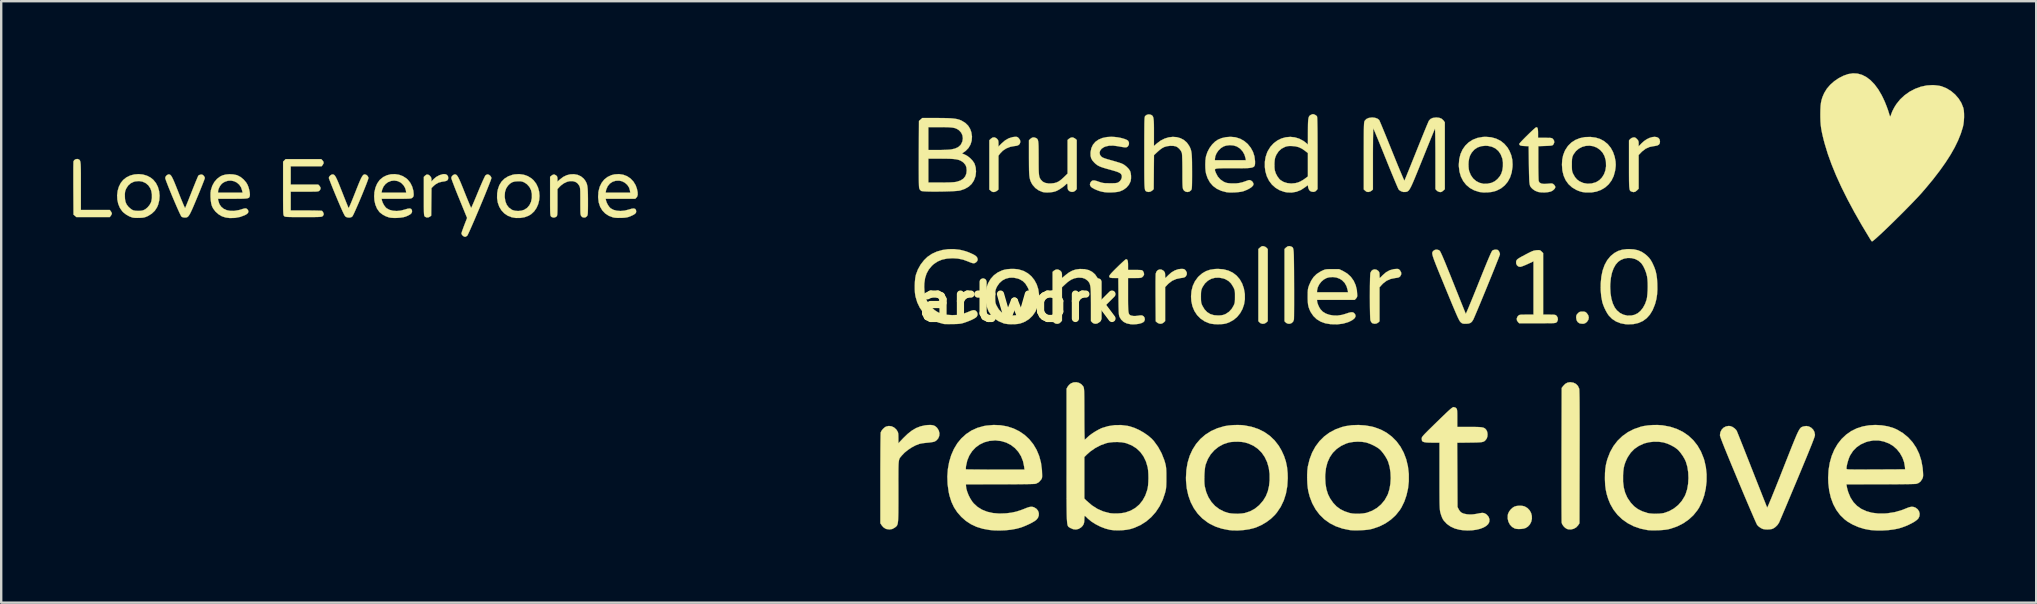
<source format=kicad_pcb>
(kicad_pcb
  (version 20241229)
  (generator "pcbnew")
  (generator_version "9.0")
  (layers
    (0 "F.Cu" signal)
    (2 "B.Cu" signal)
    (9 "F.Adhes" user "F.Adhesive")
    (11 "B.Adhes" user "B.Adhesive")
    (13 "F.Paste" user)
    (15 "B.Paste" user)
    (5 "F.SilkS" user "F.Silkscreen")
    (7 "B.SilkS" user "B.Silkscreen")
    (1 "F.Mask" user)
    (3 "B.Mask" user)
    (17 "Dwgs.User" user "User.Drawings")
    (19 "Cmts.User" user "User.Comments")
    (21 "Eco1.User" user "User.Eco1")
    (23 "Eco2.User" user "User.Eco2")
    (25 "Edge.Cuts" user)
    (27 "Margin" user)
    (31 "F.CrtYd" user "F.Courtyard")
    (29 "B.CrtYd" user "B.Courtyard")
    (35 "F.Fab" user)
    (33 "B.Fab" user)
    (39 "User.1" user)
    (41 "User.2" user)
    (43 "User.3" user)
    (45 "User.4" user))
  (footprint "artwork"
    (layer "F.Cu")
    (at 39.393 9.528)
    (property "Reference" "artwork" (at 0 0 0) (layer "F.SilkS") (effects (font (size 1.524 1.524) (thickness 0.3))))
    (attr through_hole)
    (fp_poly (pts (xy 10.2 -2.321) (xy 10.274 -2.293) (xy 10.324 -2.254) (xy 10.372 -2.199) (xy 10.372 0.799) (xy 10.316 0.854) (xy 10.244 0.9) (xy 10.161 0.913) (xy 10.081 0.893) (xy 10.031 0.856) (xy 9.98 0.801) (xy 9.98 -2.205) (xy 10.052 -2.269) (xy 10.104 -2.31) (xy 10.15 -2.324) (xy 10.2 -2.321)) (stroke (width 0.01) (type solid)) (fill yes) (layer "F.SilkS"))
    (fp_poly (pts (xy 23.554 0.405) (xy 23.603 0.419) (xy 23.645 0.45) (xy 23.661 0.466) (xy 23.723 0.553) (xy 23.746 0.647) (xy 23.729 0.74) (xy 23.673 0.826) (xy 23.652 0.846) (xy 23.59 0.89) (xy 23.527 0.908) (xy 23.489 0.909) (xy 23.421 0.904) (xy 23.364 0.893) (xy 23.355 0.889) (xy 23.284 0.839) (xy 23.237 0.759) (xy 23.22 0.657) (xy 23.22 0.651) (xy 23.224 0.581) (xy 23.243 0.531) (xy 23.285 0.481) (xy 23.292 0.474) (xy 23.339 0.431) (xy 23.383 0.41) (xy 23.442 0.403) (xy 23.481 0.402) (xy 23.554 0.405)) (stroke (width 0.01) (type solid)) (fill yes) (layer "F.SilkS"))
    (fp_poly (pts (xy 20.972 8.495) (xy 21.069 8.517) (xy 21.077 8.521) (xy 21.193 8.589) (xy 21.281 8.682) (xy 21.341 8.792) (xy 21.373 8.912) (xy 21.376 9.036) (xy 21.349 9.156) (xy 21.294 9.266) (xy 21.209 9.359) (xy 21.118 9.417) (xy 21.039 9.442) (xy 20.937 9.457) (xy 20.827 9.462) (xy 20.727 9.454) (xy 20.659 9.438) (xy 20.548 9.372) (xy 20.459 9.276) (xy 20.398 9.158) (xy 20.367 9.027) (xy 20.37 8.888) (xy 20.382 8.831) (xy 20.425 8.736) (xy 20.497 8.642) (xy 20.584 8.565) (xy 20.648 8.527) (xy 20.742 8.5) (xy 20.856 8.489) (xy 20.972 8.495)) (stroke (width 0.01) (type solid)) (fill yes) (layer "F.SilkS"))
    (fp_poly (pts (xy 11.351 -2.306) (xy 11.372 -2.296) (xy 11.39 -2.286) (xy 11.406 -2.273) (xy 11.419 -2.254) (xy 11.43 -2.225) (xy 11.439 -2.184) (xy 11.447 -2.127) (xy 11.452 -2.053) (xy 11.457 -1.957) (xy 11.46 -1.837) (xy 11.462 -1.689) (xy 11.464 -1.511) (xy 11.466 -1.3) (xy 11.467 -1.053) (xy 11.468 -0.766) (xy 11.468 -0.762) (xy 11.469 -0.518) (xy 11.469 -0.285) (xy 11.469 -0.067) (xy 11.469 0.133) (xy 11.468 0.311) (xy 11.467 0.463) (xy 11.466 0.585) (xy 11.464 0.674) (xy 11.462 0.727) (xy 11.461 0.738) (xy 11.429 0.82) (xy 11.371 0.878) (xy 11.297 0.909) (xy 11.219 0.91) (xy 11.144 0.877) (xy 11.122 0.858) (xy 11.07 0.806) (xy 11.07 -2.205) (xy 11.132 -2.266) (xy 11.205 -2.317) (xy 11.285 -2.326) (xy 11.351 -2.306)) (stroke (width 0.01) (type solid)) (fill yes) (layer "F.SilkS"))
    (fp_poly (pts (xy -39.193 -5.949) (xy -39.167 -5.939) (xy -39.144 -5.927) (xy -39.126 -5.911) (xy -39.111 -5.887) (xy -39.099 -5.85) (xy -39.09 -5.799) (xy -39.083 -5.728) (xy -39.079 -5.635) (xy -39.076 -5.516) (xy -39.074 -5.367) (xy -39.074 -5.185) (xy -39.074 -4.966) (xy -39.074 -4.832) (xy -39.074 -3.831) (xy -37.87 -3.831) (xy -37.826 -3.775) (xy -37.796 -3.726) (xy -37.783 -3.684) (xy -37.782 -3.683) (xy -37.795 -3.642) (xy -37.825 -3.592) (xy -37.826 -3.591) (xy -37.87 -3.535) (xy -39.262 -3.535) (xy -39.321 -3.586) (xy -39.381 -3.637) (xy -39.387 -4.724) (xy -39.388 -4.936) (xy -39.388 -5.136) (xy -39.388 -5.32) (xy -39.388 -5.483) (xy -39.387 -5.623) (xy -39.385 -5.734) (xy -39.384 -5.812) (xy -39.382 -5.853) (xy -39.381 -5.857) (xy -39.349 -5.908) (xy -39.292 -5.944) (xy -39.227 -5.956) (xy -39.193 -5.949)) (stroke (width 0.01) (type solid)) (fill yes) (layer "F.SilkS"))
    (fp_poly (pts (xy -0.076 -6.874) (xy -0.041 -6.857) (xy -0.003 -6.822) (xy -0.001 -6.82) (xy 0.051 -6.745) (xy 0.065 -6.666) (xy 0.042 -6.592) (xy 0.011 -6.553) (xy -0.032 -6.524) (xy -0.09 -6.505) (xy -0.176 -6.493) (xy -0.191 -6.492) (xy -0.363 -6.459) (xy -0.525 -6.393) (xy -0.667 -6.299) (xy -0.78 -6.181) (xy -0.787 -6.172) (xy -0.847 -6.09) (xy -0.847 -4.685) (xy -0.897 -4.638) (xy -0.954 -4.602) (xy -1.019 -4.58) (xy -1.078 -4.578) (xy -1.128 -4.6) (xy -1.16 -4.625) (xy -1.228 -4.682) (xy -1.228 -6.734) (xy -1.166 -6.796) (xy -1.092 -6.848) (xy -1.016 -6.857) (xy -0.941 -6.824) (xy -0.909 -6.796) (xy -0.874 -6.756) (xy -0.855 -6.716) (xy -0.848 -6.66) (xy -0.847 -6.602) (xy -0.847 -6.47) (xy -0.72 -6.6) (xy -0.573 -6.728) (xy -0.418 -6.817) (xy -0.259 -6.866) (xy -0.197 -6.874) (xy -0.123 -6.879) (xy -0.076 -6.874)) (stroke (width 0.01) (type solid)) (fill yes) (layer "F.SilkS"))
    (fp_poly (pts (xy -23.889 -5.322) (xy -23.82 -5.29) (xy -23.779 -5.231) (xy -23.77 -5.175) (xy -23.776 -5.116) (xy -23.8 -5.073) (xy -23.846 -5.044) (xy -23.922 -5.023) (xy -24.03 -5.008) (xy -24.174 -4.97) (xy -24.308 -4.892) (xy -24.384 -4.826) (xy -24.467 -4.743) (xy -24.473 -4.169) (xy -24.479 -3.595) (xy -24.529 -3.554) (xy -24.599 -3.52) (xy -24.674 -3.519) (xy -24.738 -3.551) (xy -24.744 -3.556) (xy -24.755 -3.568) (xy -24.763 -3.584) (xy -24.77 -3.608) (xy -24.776 -3.643) (xy -24.78 -3.695) (xy -24.783 -3.766) (xy -24.784 -3.863) (xy -24.786 -3.987) (xy -24.786 -4.145) (xy -24.786 -4.339) (xy -24.786 -4.404) (xy -24.786 -5.209) (xy -24.734 -5.261) (xy -24.673 -5.304) (xy -24.612 -5.306) (xy -24.547 -5.267) (xy -24.531 -5.251) (xy -24.486 -5.193) (xy -24.469 -5.128) (xy -24.469 -5.103) (xy -24.469 -5.017) (xy -24.382 -5.112) (xy -24.27 -5.207) (xy -24.137 -5.279) (xy -23.997 -5.321) (xy -23.982 -5.324) (xy -23.889 -5.322)) (stroke (width 0.01) (type solid)) (fill yes) (layer "F.SilkS"))
    (fp_poly (pts (xy 23.101 3.362) (xy 23.209 3.415) (xy 23.292 3.498) (xy 23.344 3.61) (xy 23.347 3.619) (xy 23.35 3.653) (xy 23.353 3.726) (xy 23.356 3.839) (xy 23.359 3.992) (xy 23.361 4.185) (xy 23.362 4.419) (xy 23.363 4.693) (xy 23.364 5.009) (xy 23.364 5.366) (xy 23.364 5.764) (xy 23.363 6.205) (xy 23.363 6.461) (xy 23.357 9.221) (xy 23.301 9.307) (xy 23.221 9.393) (xy 23.118 9.451) (xy 23.003 9.479) (xy 22.888 9.473) (xy 22.828 9.453) (xy 22.757 9.407) (xy 22.69 9.339) (xy 22.639 9.262) (xy 22.617 9.203) (xy 22.615 9.173) (xy 22.614 9.104) (xy 22.613 8.998) (xy 22.612 8.857) (xy 22.611 8.684) (xy 22.61 8.481) (xy 22.61 8.251) (xy 22.609 7.997) (xy 22.609 7.721) (xy 22.609 7.426) (xy 22.609 7.114) (xy 22.61 6.788) (xy 22.61 6.45) (xy 22.61 6.359) (xy 22.617 3.584) (xy 22.677 3.505) (xy 22.765 3.414) (xy 22.86 3.361) (xy 22.97 3.344) (xy 22.972 3.344) (xy 23.101 3.362)) (stroke (width 0.01) (type solid)) (fill yes) (layer "F.SilkS"))
    (fp_poly (pts (xy 26.581 -6.865) (xy 26.651 -6.829) (xy 26.696 -6.769) (xy 26.712 -6.684) (xy 26.712 -6.684) (xy 26.702 -6.607) (xy 26.666 -6.553) (xy 26.601 -6.517) (xy 26.502 -6.496) (xy 26.457 -6.491) (xy 26.275 -6.455) (xy 26.112 -6.381) (xy 25.967 -6.269) (xy 25.933 -6.235) (xy 25.823 -6.12) (xy 25.823 -4.716) (xy 25.751 -4.644) (xy 25.681 -4.59) (xy 25.611 -4.574) (xy 25.535 -4.593) (xy 25.509 -4.604) (xy 25.488 -4.615) (xy 25.47 -4.632) (xy 25.456 -4.657) (xy 25.445 -4.694) (xy 25.437 -4.747) (xy 25.43 -4.818) (xy 25.426 -4.913) (xy 25.423 -5.033) (xy 25.422 -5.184) (xy 25.421 -5.367) (xy 25.421 -5.588) (xy 25.421 -5.719) (xy 25.421 -6.729) (xy 25.469 -6.783) (xy 25.532 -6.83) (xy 25.595 -6.851) (xy 25.647 -6.855) (xy 25.687 -6.842) (xy 25.732 -6.805) (xy 25.749 -6.789) (xy 25.793 -6.74) (xy 25.815 -6.696) (xy 25.823 -6.639) (xy 25.823 -6.597) (xy 25.823 -6.48) (xy 25.943 -6.606) (xy 26.051 -6.703) (xy 26.164 -6.779) (xy 26.279 -6.834) (xy 26.39 -6.867) (xy 26.493 -6.877) (xy 26.581 -6.865)) (stroke (width 0.01) (type solid)) (fill yes) (layer "F.SilkS"))
    (fp_poly (pts (xy 6.839 -1.374) (xy 6.886 -1.365) (xy 6.92 -1.344) (xy 6.951 -1.311) (xy 6.997 -1.231) (xy 7.001 -1.151) (xy 6.964 -1.075) (xy 6.958 -1.068) (xy 6.927 -1.039) (xy 6.887 -1.019) (xy 6.828 -1.005) (xy 6.741 -0.994) (xy 6.554 -0.954) (xy 6.39 -0.881) (xy 6.245 -0.771) (xy 6.205 -0.732) (xy 6.096 -0.616) (xy 6.096 0.799) (xy 6.04 0.854) (xy 5.967 0.901) (xy 5.883 0.911) (xy 5.799 0.884) (xy 5.764 0.859) (xy 5.704 0.808) (xy 5.698 -0.152) (xy 5.697 -0.352) (xy 5.697 -0.541) (xy 5.697 -0.714) (xy 5.697 -0.868) (xy 5.699 -0.996) (xy 5.701 -1.095) (xy 5.703 -1.159) (xy 5.705 -1.182) (xy 5.738 -1.268) (xy 5.795 -1.326) (xy 5.868 -1.353) (xy 5.946 -1.347) (xy 6.022 -1.304) (xy 6.034 -1.293) (xy 6.071 -1.25) (xy 6.09 -1.205) (xy 6.096 -1.142) (xy 6.096 -1.113) (xy 6.098 -1.049) (xy 6.101 -1.006) (xy 6.105 -0.995) (xy 6.123 -1.009) (xy 6.162 -1.047) (xy 6.215 -1.1) (xy 6.225 -1.111) (xy 6.355 -1.226) (xy 6.497 -1.311) (xy 6.643 -1.362) (xy 6.764 -1.376) (xy 6.839 -1.374)) (stroke (width 0.01) (type solid)) (fill yes) (layer "F.SilkS"))
    (fp_poly (pts (xy 15.802 -1.373) (xy 15.835 -1.36) (xy 15.863 -1.334) (xy 15.882 -1.313) (xy 15.928 -1.233) (xy 15.934 -1.153) (xy 15.897 -1.077) (xy 15.89 -1.068) (xy 15.859 -1.039) (xy 15.82 -1.019) (xy 15.76 -1.005) (xy 15.674 -0.994) (xy 15.487 -0.955) (xy 15.325 -0.883) (xy 15.183 -0.776) (xy 15.136 -0.728) (xy 15.028 -0.61) (xy 15.028 0.806) (xy 14.976 0.858) (xy 14.909 0.898) (xy 14.827 0.911) (xy 14.746 0.894) (xy 14.716 0.878) (xy 14.68 0.836) (xy 14.651 0.776) (xy 14.648 0.767) (xy 14.643 0.725) (xy 14.638 0.643) (xy 14.634 0.525) (xy 14.631 0.372) (xy 14.628 0.189) (xy 14.627 -0.023) (xy 14.626 -0.222) (xy 14.627 -0.456) (xy 14.628 -0.664) (xy 14.631 -0.843) (xy 14.634 -0.99) (xy 14.639 -1.103) (xy 14.644 -1.178) (xy 14.648 -1.211) (xy 14.689 -1.29) (xy 14.752 -1.34) (xy 14.829 -1.357) (xy 14.909 -1.339) (xy 14.969 -1.298) (xy 15.004 -1.259) (xy 15.022 -1.217) (xy 15.028 -1.156) (xy 15.028 -1.118) (xy 15.03 -1.052) (xy 15.034 -1.007) (xy 15.038 -0.995) (xy 15.056 -1.009) (xy 15.095 -1.047) (xy 15.147 -1.1) (xy 15.155 -1.109) (xy 15.298 -1.234) (xy 15.453 -1.32) (xy 15.618 -1.365) (xy 15.674 -1.371) (xy 15.753 -1.375) (xy 15.802 -1.373)) (stroke (width 0.01) (type solid)) (fill yes) (layer "F.SilkS"))
    (fp_poly (pts (xy 21.7 -2.154) (xy 21.734 -2.14) (xy 21.769 -2.11) (xy 21.78 -2.099) (xy 21.844 -2.035) (xy 21.844 0.529) (xy 22.099 0.529) (xy 22.207 0.53) (xy 22.282 0.532) (xy 22.331 0.538) (xy 22.364 0.548) (xy 22.389 0.565) (xy 22.406 0.581) (xy 22.448 0.649) (xy 22.459 0.728) (xy 22.439 0.803) (xy 22.409 0.843) (xy 22.395 0.855) (xy 22.379 0.865) (xy 22.357 0.873) (xy 22.323 0.878) (xy 22.275 0.883) (xy 22.207 0.886) (xy 22.115 0.887) (xy 21.995 0.888) (xy 21.842 0.889) (xy 21.652 0.889) (xy 21.604 0.889) (xy 20.847 0.889) (xy 20.795 0.837) (xy 20.751 0.766) (xy 20.745 0.688) (xy 20.776 0.612) (xy 20.799 0.585) (xy 20.823 0.563) (xy 20.847 0.547) (xy 20.879 0.538) (xy 20.928 0.532) (xy 21 0.53) (xy 21.105 0.529) (xy 21.148 0.529) (xy 21.442 0.529) (xy 21.442 -1.692) (xy 21.196 -1.576) (xy 21.094 -1.531) (xy 21.001 -1.494) (xy 20.927 -1.469) (xy 20.882 -1.46) (xy 20.808 -1.479) (xy 20.752 -1.528) (xy 20.72 -1.598) (xy 20.718 -1.678) (xy 20.731 -1.723) (xy 20.747 -1.75) (xy 20.774 -1.779) (xy 20.819 -1.811) (xy 20.886 -1.853) (xy 20.982 -1.906) (xy 21.095 -1.966) (xy 21.219 -2.031) (xy 21.313 -2.078) (xy 21.386 -2.111) (xy 21.444 -2.132) (xy 21.496 -2.144) (xy 21.548 -2.151) (xy 21.573 -2.154) (xy 21.651 -2.158) (xy 21.7 -2.154)) (stroke (width 0.01) (type solid)) (fill yes) (layer "F.SilkS"))
    (fp_poly (pts (xy -20.622 -5.299) (xy -20.45 -5.238) (xy -20.298 -5.143) (xy -20.214 -5.067) (xy -20.105 -4.925) (xy -20.029 -4.765) (xy -19.983 -4.594) (xy -19.967 -4.417) (xy -19.981 -4.24) (xy -20.023 -4.07) (xy -20.093 -3.913) (xy -20.189 -3.773) (xy -20.312 -3.658) (xy -20.419 -3.592) (xy -20.582 -3.53) (xy -20.764 -3.499) (xy -20.951 -3.497) (xy -21.124 -3.526) (xy -21.292 -3.592) (xy -21.436 -3.69) (xy -21.554 -3.816) (xy -21.645 -3.967) (xy -21.706 -4.139) (xy -21.735 -4.327) (xy -21.733 -4.412) (xy -21.418 -4.412) (xy -21.416 -4.362) (xy -21.389 -4.191) (xy -21.332 -4.047) (xy -21.244 -3.931) (xy -21.126 -3.845) (xy -21.093 -3.828) (xy -20.984 -3.797) (xy -20.856 -3.788) (xy -20.726 -3.801) (xy -20.611 -3.836) (xy -20.605 -3.839) (xy -20.482 -3.918) (xy -20.387 -4.029) (xy -20.321 -4.167) (xy -20.286 -4.33) (xy -20.286 -4.332) (xy -20.286 -4.502) (xy -20.32 -4.657) (xy -20.388 -4.791) (xy -20.487 -4.901) (xy -20.574 -4.962) (xy -20.64 -4.996) (xy -20.696 -5.015) (xy -20.761 -5.025) (xy -20.849 -5.027) (xy -20.86 -5.027) (xy -20.996 -5.017) (xy -21.105 -4.986) (xy -21.198 -4.927) (xy -21.282 -4.843) (xy -21.36 -4.722) (xy -21.405 -4.58) (xy -21.418 -4.412) (xy -21.733 -4.412) (xy -21.73 -4.529) (xy -21.705 -4.678) (xy -21.644 -4.857) (xy -21.551 -5.01) (xy -21.427 -5.135) (xy -21.274 -5.231) (xy -21.095 -5.295) (xy -21.001 -5.314) (xy -20.808 -5.325) (xy -20.622 -5.299)) (stroke (width 0.01) (type solid)) (fill yes) (layer "F.SilkS"))
    (fp_poly (pts (xy 2.748 -1.365) (xy 2.916 -1.325) (xy 3.06 -1.251) (xy 3.181 -1.143) (xy 3.279 -0.998) (xy 3.347 -0.847) (xy 3.36 -0.81) (xy 3.371 -0.775) (xy 3.379 -0.737) (xy 3.386 -0.692) (xy 3.39 -0.634) (xy 3.394 -0.56) (xy 3.396 -0.463) (xy 3.397 -0.339) (xy 3.397 -0.184) (xy 3.397 0.008) (xy 3.397 0.049) (xy 3.397 0.808) (xy 3.338 0.859) (xy 3.26 0.902) (xy 3.176 0.911) (xy 3.098 0.886) (xy 3.058 0.854) (xy 3.006 0.798) (xy 3.006 0.107) (xy 3.005 -0.108) (xy 3.004 -0.285) (xy 3 -0.429) (xy 2.994 -0.544) (xy 2.984 -0.635) (xy 2.97 -0.706) (xy 2.952 -0.763) (xy 2.929 -0.809) (xy 2.899 -0.849) (xy 2.863 -0.888) (xy 2.86 -0.892) (xy 2.761 -0.964) (xy 2.642 -1.004) (xy 2.497 -1.012) (xy 2.463 -1.01) (xy 2.319 -0.984) (xy 2.181 -0.926) (xy 2.043 -0.833) (xy 1.951 -0.751) (xy 1.799 -0.609) (xy 1.799 0.78) (xy 1.744 0.845) (xy 1.676 0.897) (xy 1.596 0.914) (xy 1.517 0.897) (xy 1.459 0.856) (xy 1.408 0.801) (xy 1.408 -1.252) (xy 1.467 -1.304) (xy 1.547 -1.348) (xy 1.63 -1.352) (xy 1.71 -1.316) (xy 1.737 -1.293) (xy 1.774 -1.25) (xy 1.793 -1.205) (xy 1.799 -1.142) (xy 1.799 -1.112) (xy 1.799 -0.994) (xy 1.94 -1.113) (xy 2.087 -1.225) (xy 2.228 -1.302) (xy 2.373 -1.35) (xy 2.532 -1.371) (xy 2.553 -1.372) (xy 2.748 -1.365)) (stroke (width 0.01) (type solid)) (fill yes) (layer "F.SilkS"))
    (fp_poly (pts (xy -16.479 -5.299) (xy -16.317 -5.237) (xy -16.174 -5.14) (xy -16.054 -5.014) (xy -15.961 -4.86) (xy -15.908 -4.71) (xy -15.88 -4.574) (xy -15.876 -4.469) (xy -15.897 -4.39) (xy -15.927 -4.349) (xy -15.979 -4.297) (xy -17.212 -4.297) (xy -17.197 -4.228) (xy -17.167 -4.137) (xy -17.117 -4.04) (xy -17.057 -3.955) (xy -17.004 -3.901) (xy -16.888 -3.837) (xy -16.747 -3.8) (xy -16.588 -3.788) (xy -16.42 -3.804) (xy -16.251 -3.847) (xy -16.243 -3.849) (xy -16.125 -3.884) (xy -16.039 -3.893) (xy -15.981 -3.875) (xy -15.949 -3.831) (xy -15.939 -3.764) (xy -15.95 -3.715) (xy -15.989 -3.67) (xy -16.058 -3.625) (xy -16.164 -3.576) (xy -16.187 -3.566) (xy -16.264 -3.538) (xy -16.336 -3.52) (xy -16.419 -3.509) (xy -16.527 -3.502) (xy -16.563 -3.501) (xy -16.707 -3.5) (xy -16.826 -3.508) (xy -16.902 -3.521) (xy -17.079 -3.587) (xy -17.229 -3.685) (xy -17.35 -3.811) (xy -17.441 -3.965) (xy -17.5 -4.144) (xy -17.524 -4.345) (xy -17.525 -4.392) (xy -17.513 -4.551) (xy -17.213 -4.551) (xy -16.187 -4.551) (xy -16.199 -4.638) (xy -16.235 -4.762) (xy -16.307 -4.872) (xy -16.406 -4.962) (xy -16.525 -5.025) (xy -16.642 -5.052) (xy -16.789 -5.048) (xy -16.921 -5.006) (xy -17.035 -4.931) (xy -17.123 -4.825) (xy -17.183 -4.693) (xy -17.199 -4.63) (xy -17.213 -4.551) (xy -17.513 -4.551) (xy -17.509 -4.605) (xy -17.46 -4.795) (xy -17.38 -4.959) (xy -17.272 -5.097) (xy -17.137 -5.204) (xy -16.976 -5.28) (xy -16.841 -5.314) (xy -16.655 -5.326) (xy -16.479 -5.299)) (stroke (width 0.01) (type solid)) (fill yes) (layer "F.SilkS"))
    (fp_poly (pts (xy -29.008 -5.896) (xy -28.965 -5.835) (xy -28.962 -5.775) (xy -29 -5.707) (xy -29 -5.707) (xy -29.044 -5.652) (xy -30.332 -5.652) (xy -30.332 -4.889) (xy -29.187 -4.889) (xy -29.135 -4.838) (xy -29.092 -4.772) (xy -29.089 -4.705) (xy -29.128 -4.643) (xy -29.132 -4.639) (xy -29.148 -4.626) (xy -29.166 -4.615) (xy -29.192 -4.607) (xy -29.231 -4.601) (xy -29.288 -4.597) (xy -29.367 -4.595) (xy -29.475 -4.594) (xy -29.616 -4.593) (xy -29.756 -4.593) (xy -30.332 -4.593) (xy -30.332 -3.81) (xy -29.692 -3.81) (xy -29.53 -3.809) (xy -29.383 -3.808) (xy -29.254 -3.805) (xy -29.149 -3.802) (xy -29.073 -3.799) (xy -29.033 -3.795) (xy -29.028 -3.794) (xy -28.994 -3.755) (xy -28.966 -3.699) (xy -28.956 -3.653) (xy -28.97 -3.614) (xy -28.998 -3.577) (xy -29.011 -3.566) (xy -29.027 -3.557) (xy -29.051 -3.55) (xy -29.088 -3.545) (xy -29.141 -3.541) (xy -29.215 -3.538) (xy -29.314 -3.536) (xy -29.442 -3.535) (xy -29.605 -3.535) (xy -29.803 -3.535) (xy -30.003 -3.535) (xy -30.164 -3.535) (xy -30.293 -3.536) (xy -30.391 -3.538) (xy -30.465 -3.541) (xy -30.518 -3.545) (xy -30.554 -3.55) (xy -30.578 -3.557) (xy -30.595 -3.566) (xy -30.607 -3.577) (xy -30.616 -3.588) (xy -30.624 -3.601) (xy -30.631 -3.621) (xy -30.636 -3.651) (xy -30.64 -3.695) (xy -30.643 -3.755) (xy -30.646 -3.836) (xy -30.647 -3.942) (xy -30.648 -4.074) (xy -30.649 -4.238) (xy -30.649 -4.436) (xy -30.649 -4.673) (xy -30.649 -4.732) (xy -30.649 -5.844) (xy -30.545 -5.948) (xy -29.06 -5.948) (xy -29.008 -5.896)) (stroke (width 0.01) (type solid)) (fill yes) (layer "F.SilkS"))
    (fp_poly (pts (xy 19.676 -6.86) (xy 19.88 -6.805) (xy 20.064 -6.715) (xy 20.223 -6.591) (xy 20.357 -6.436) (xy 20.441 -6.294) (xy 20.516 -6.112) (xy 20.559 -5.926) (xy 20.571 -5.725) (xy 20.567 -5.62) (xy 20.534 -5.393) (xy 20.468 -5.188) (xy 20.371 -5.008) (xy 20.244 -4.855) (xy 20.089 -4.73) (xy 19.907 -4.638) (xy 19.836 -4.613) (xy 19.689 -4.579) (xy 19.524 -4.562) (xy 19.357 -4.56) (xy 19.206 -4.577) (xy 19.177 -4.583) (xy 18.971 -4.649) (xy 18.79 -4.748) (xy 18.637 -4.878) (xy 18.513 -5.036) (xy 18.42 -5.219) (xy 18.359 -5.426) (xy 18.332 -5.655) (xy 18.332 -5.688) (xy 18.733 -5.688) (xy 18.744 -5.543) (xy 18.763 -5.449) (xy 18.831 -5.282) (xy 18.927 -5.144) (xy 19.048 -5.037) (xy 19.189 -4.964) (xy 19.346 -4.925) (xy 19.516 -4.924) (xy 19.694 -4.962) (xy 19.715 -4.97) (xy 19.834 -5.03) (xy 19.946 -5.123) (xy 20.041 -5.237) (xy 20.098 -5.338) (xy 20.144 -5.479) (xy 20.168 -5.642) (xy 20.169 -5.807) (xy 20.147 -5.96) (xy 20.141 -5.981) (xy 20.074 -6.151) (xy 19.979 -6.289) (xy 19.858 -6.393) (xy 19.712 -6.464) (xy 19.542 -6.501) (xy 19.442 -6.506) (xy 19.264 -6.488) (xy 19.109 -6.434) (xy 18.977 -6.345) (xy 18.868 -6.22) (xy 18.801 -6.1) (xy 18.762 -5.982) (xy 18.739 -5.84) (xy 18.733 -5.688) (xy 18.332 -5.688) (xy 18.331 -5.715) (xy 18.349 -5.948) (xy 18.402 -6.161) (xy 18.488 -6.351) (xy 18.604 -6.515) (xy 18.747 -6.652) (xy 18.917 -6.759) (xy 19.11 -6.833) (xy 19.324 -6.872) (xy 19.452 -6.878) (xy 19.676 -6.86)) (stroke (width 0.01) (type solid)) (fill yes) (layer "F.SilkS"))
    (fp_poly (pts (xy -36.49 -5.308) (xy -36.32 -5.258) (xy -36.165 -5.177) (xy -36.06 -5.092) (xy -35.947 -4.954) (xy -35.865 -4.793) (xy -35.814 -4.614) (xy -35.794 -4.426) (xy -35.808 -4.236) (xy -35.855 -4.049) (xy -35.899 -3.945) (xy -35.994 -3.798) (xy -36.124 -3.675) (xy -36.286 -3.576) (xy -36.295 -3.572) (xy -36.37 -3.54) (xy -36.437 -3.519) (xy -36.511 -3.508) (xy -36.608 -3.502) (xy -36.637 -3.501) (xy -36.736 -3.5) (xy -36.83 -3.503) (xy -36.902 -3.511) (xy -36.923 -3.515) (xy -37.05 -3.561) (xy -37.181 -3.634) (xy -37.297 -3.723) (xy -37.351 -3.777) (xy -37.449 -3.919) (xy -37.517 -4.083) (xy -37.555 -4.261) (xy -37.563 -4.435) (xy -37.242 -4.435) (xy -37.236 -4.287) (xy -37.214 -4.169) (xy -37.173 -4.071) (xy -37.108 -3.982) (xy -37.075 -3.947) (xy -37.009 -3.889) (xy -36.943 -3.842) (xy -36.894 -3.817) (xy -36.798 -3.798) (xy -36.683 -3.792) (xy -36.568 -3.798) (xy -36.483 -3.815) (xy -36.388 -3.861) (xy -36.295 -3.938) (xy -36.214 -4.035) (xy -36.156 -4.14) (xy -36.141 -4.182) (xy -36.115 -4.325) (xy -36.115 -4.477) (xy -36.14 -4.623) (xy -36.181 -4.735) (xy -36.266 -4.859) (xy -36.376 -4.952) (xy -36.507 -5.011) (xy -36.652 -5.035) (xy -36.807 -5.021) (xy -36.863 -5.007) (xy -36.994 -4.946) (xy -37.102 -4.851) (xy -37.183 -4.726) (xy -37.215 -4.653) (xy -37.233 -4.585) (xy -37.241 -4.505) (xy -37.242 -4.435) (xy -37.563 -4.435) (xy -37.563 -4.445) (xy -37.542 -4.627) (xy -37.491 -4.8) (xy -37.412 -4.957) (xy -37.313 -5.08) (xy -37.176 -5.189) (xy -37.018 -5.266) (xy -36.846 -5.311) (xy -36.668 -5.325) (xy -36.49 -5.308)) (stroke (width 0.01) (type solid)) (fill yes) (layer "F.SilkS"))
    (fp_poly (pts (xy -27.183 -5.294) (xy -27.129 -5.248) (xy -27.097 -5.189) (xy -27.093 -5.162) (xy -27.102 -5.127) (xy -27.125 -5.058) (xy -27.161 -4.961) (xy -27.207 -4.842) (xy -27.262 -4.705) (xy -27.322 -4.556) (xy -27.386 -4.401) (xy -27.452 -4.244) (xy -27.517 -4.091) (xy -27.58 -3.948) (xy -27.637 -3.819) (xy -27.686 -3.711) (xy -27.726 -3.628) (xy -27.754 -3.576) (xy -27.764 -3.561) (xy -27.814 -3.527) (xy -27.883 -3.514) (xy -27.906 -3.514) (xy -27.99 -3.524) (xy -28.053 -3.559) (xy -28.056 -3.561) (xy -28.078 -3.591) (xy -28.111 -3.651) (xy -28.156 -3.742) (xy -28.213 -3.867) (xy -28.283 -4.027) (xy -28.367 -4.224) (xy -28.427 -4.367) (xy -28.498 -4.537) (xy -28.563 -4.696) (xy -28.621 -4.839) (xy -28.669 -4.962) (xy -28.707 -5.06) (xy -28.733 -5.129) (xy -28.744 -5.165) (xy -28.744 -5.167) (xy -28.727 -5.218) (xy -28.684 -5.268) (xy -28.63 -5.303) (xy -28.592 -5.312) (xy -28.561 -5.309) (xy -28.534 -5.299) (xy -28.506 -5.277) (xy -28.477 -5.24) (xy -28.445 -5.185) (xy -28.407 -5.107) (xy -28.361 -5.002) (xy -28.306 -4.868) (xy -28.239 -4.7) (xy -28.192 -4.583) (xy -28.13 -4.425) (xy -28.073 -4.281) (xy -28.022 -4.153) (xy -27.979 -4.048) (xy -27.946 -3.969) (xy -27.926 -3.922) (xy -27.92 -3.91) (xy -27.909 -3.925) (xy -27.885 -3.975) (xy -27.849 -4.056) (xy -27.804 -4.163) (xy -27.751 -4.292) (xy -27.693 -4.438) (xy -27.646 -4.556) (xy -27.569 -4.751) (xy -27.505 -4.91) (xy -27.452 -5.036) (xy -27.408 -5.134) (xy -27.37 -5.206) (xy -27.338 -5.256) (xy -27.309 -5.288) (xy -27.281 -5.306) (xy -27.253 -5.312) (xy -27.243 -5.313) (xy -27.183 -5.294)) (stroke (width 0.01) (type solid)) (fill yes) (layer "F.SilkS"))
    (fp_poly (pts (xy -35.383 -5.31) (xy -35.355 -5.298) (xy -35.328 -5.274) (xy -35.298 -5.234) (xy -35.265 -5.174) (xy -35.225 -5.092) (xy -35.177 -4.982) (xy -35.12 -4.842) (xy -35.05 -4.667) (xy -35.009 -4.563) (xy -34.947 -4.406) (xy -34.889 -4.263) (xy -34.837 -4.139) (xy -34.794 -4.037) (xy -34.76 -3.962) (xy -34.739 -3.919) (xy -34.732 -3.911) (xy -34.721 -3.934) (xy -34.696 -3.991) (xy -34.66 -4.079) (xy -34.614 -4.191) (xy -34.561 -4.325) (xy -34.502 -4.474) (xy -34.459 -4.583) (xy -34.397 -4.74) (xy -34.338 -4.886) (xy -34.286 -5.015) (xy -34.241 -5.122) (xy -34.207 -5.203) (xy -34.184 -5.252) (xy -34.177 -5.265) (xy -34.139 -5.287) (xy -34.085 -5.304) (xy -34.03 -5.307) (xy -33.985 -5.283) (xy -33.963 -5.263) (xy -33.927 -5.215) (xy -33.909 -5.169) (xy -33.909 -5.165) (xy -33.917 -5.136) (xy -33.939 -5.072) (xy -33.975 -4.979) (xy -34.021 -4.861) (xy -34.077 -4.721) (xy -34.14 -4.566) (xy -34.209 -4.398) (xy -34.219 -4.375) (xy -34.305 -4.169) (xy -34.377 -3.999) (xy -34.437 -3.861) (xy -34.488 -3.752) (xy -34.53 -3.668) (xy -34.568 -3.607) (xy -34.601 -3.564) (xy -34.633 -3.537) (xy -34.666 -3.522) (xy -34.702 -3.515) (xy -34.742 -3.514) (xy -34.743 -3.514) (xy -34.825 -3.524) (xy -34.881 -3.551) (xy -34.899 -3.579) (xy -34.931 -3.641) (xy -34.975 -3.732) (xy -35.027 -3.847) (xy -35.086 -3.98) (xy -35.149 -4.126) (xy -35.215 -4.28) (xy -35.281 -4.437) (xy -35.344 -4.591) (xy -35.404 -4.737) (xy -35.457 -4.871) (xy -35.501 -4.985) (xy -35.535 -5.077) (xy -35.555 -5.139) (xy -35.56 -5.165) (xy -35.542 -5.223) (xy -35.497 -5.276) (xy -35.439 -5.309) (xy -35.412 -5.313) (xy -35.383 -5.31)) (stroke (width 0.01) (type solid)) (fill yes) (layer "F.SilkS"))
    (fp_poly (pts (xy -32.73 -5.313) (xy -32.588 -5.285) (xy -32.549 -5.272) (xy -32.415 -5.201) (xy -32.291 -5.098) (xy -32.186 -4.975) (xy -32.132 -4.883) (xy -32.093 -4.787) (xy -32.062 -4.678) (xy -32.041 -4.57) (xy -32.032 -4.476) (xy -32.038 -4.413) (xy -32.047 -4.381) (xy -32.061 -4.355) (xy -32.083 -4.336) (xy -32.119 -4.321) (xy -32.172 -4.311) (xy -32.247 -4.304) (xy -32.348 -4.3) (xy -32.481 -4.298) (xy -32.649 -4.297) (xy -32.752 -4.297) (xy -33.363 -4.297) (xy -33.349 -4.218) (xy -33.304 -4.078) (xy -33.228 -3.965) (xy -33.124 -3.879) (xy -32.994 -3.821) (xy -32.842 -3.793) (xy -32.671 -3.795) (xy -32.482 -3.828) (xy -32.312 -3.88) (xy -32.227 -3.899) (xy -32.162 -3.883) (xy -32.113 -3.83) (xy -32.111 -3.826) (xy -32.093 -3.764) (xy -32.112 -3.708) (xy -32.171 -3.654) (xy -32.243 -3.614) (xy -32.437 -3.541) (xy -32.648 -3.501) (xy -32.865 -3.494) (xy -33.04 -3.516) (xy -33.196 -3.566) (xy -33.341 -3.652) (xy -33.468 -3.765) (xy -33.567 -3.898) (xy -33.614 -3.995) (xy -33.643 -4.1) (xy -33.663 -4.232) (xy -33.673 -4.376) (xy -33.673 -4.517) (xy -33.669 -4.551) (xy -33.359 -4.551) (xy -32.338 -4.551) (xy -32.353 -4.629) (xy -32.398 -4.768) (xy -32.473 -4.882) (xy -32.572 -4.969) (xy -32.688 -5.027) (xy -32.816 -5.054) (xy -32.949 -5.047) (xy -33.081 -5.003) (xy -33.181 -4.942) (xy -33.241 -4.88) (xy -33.296 -4.796) (xy -33.337 -4.706) (xy -33.358 -4.624) (xy -33.358 -4.609) (xy -33.359 -4.551) (xy -33.669 -4.551) (xy -33.66 -4.64) (xy -33.656 -4.662) (xy -33.601 -4.836) (xy -33.516 -4.992) (xy -33.404 -5.124) (xy -33.27 -5.225) (xy -33.172 -5.272) (xy -33.039 -5.307) (xy -32.886 -5.321) (xy -32.73 -5.313)) (stroke (width 0.01) (type solid)) (fill yes) (layer "F.SilkS"))
    (fp_poly (pts (xy -25.822 -5.299) (xy -25.661 -5.24) (xy -25.515 -5.147) (xy -25.453 -5.091) (xy -25.348 -4.959) (xy -25.27 -4.801) (xy -25.222 -4.63) (xy -25.209 -4.484) (xy -25.214 -4.416) (xy -25.232 -4.373) (xy -25.265 -4.341) (xy -25.283 -4.328) (xy -25.304 -4.318) (xy -25.333 -4.31) (xy -25.374 -4.305) (xy -25.434 -4.301) (xy -25.517 -4.299) (xy -25.627 -4.297) (xy -25.77 -4.297) (xy -25.934 -4.297) (xy -26.546 -4.297) (xy -26.532 -4.228) (xy -26.499 -4.132) (xy -26.446 -4.032) (xy -26.382 -3.946) (xy -26.336 -3.902) (xy -26.218 -3.837) (xy -26.074 -3.799) (xy -25.913 -3.788) (xy -25.742 -3.805) (xy -25.579 -3.849) (xy -25.462 -3.883) (xy -25.377 -3.893) (xy -25.32 -3.878) (xy -25.288 -3.838) (xy -25.282 -3.82) (xy -25.277 -3.755) (xy -25.3 -3.698) (xy -25.355 -3.646) (xy -25.446 -3.596) (xy -25.545 -3.554) (xy -25.641 -3.528) (xy -25.765 -3.51) (xy -25.903 -3.5) (xy -26.04 -3.499) (xy -26.162 -3.507) (xy -26.236 -3.52) (xy -26.371 -3.568) (xy -26.501 -3.638) (xy -26.61 -3.721) (xy -26.642 -3.753) (xy -26.737 -3.888) (xy -26.804 -4.048) (xy -26.844 -4.223) (xy -26.856 -4.406) (xy -26.845 -4.551) (xy -26.548 -4.551) (xy -25.521 -4.551) (xy -25.533 -4.638) (xy -25.566 -4.748) (xy -25.63 -4.856) (xy -25.716 -4.946) (xy -25.763 -4.98) (xy -25.892 -5.037) (xy -26.024 -5.056) (xy -26.154 -5.04) (xy -26.276 -4.991) (xy -26.381 -4.913) (xy -26.465 -4.808) (xy -26.521 -4.679) (xy -26.533 -4.629) (xy -26.548 -4.551) (xy -26.845 -4.551) (xy -26.841 -4.591) (xy -26.8 -4.767) (xy -26.731 -4.929) (xy -26.636 -5.067) (xy -26.61 -5.095) (xy -26.477 -5.202) (xy -26.325 -5.276) (xy -26.161 -5.317) (xy -25.99 -5.324) (xy -25.822 -5.299)) (stroke (width 0.01) (type solid)) (fill yes) (layer "F.SilkS"))
    (fp_poly (pts (xy -22.069 -5.295) (xy -22.015 -5.251) (xy -21.979 -5.196) (xy -21.971 -5.16) (xy -21.979 -5.128) (xy -22.002 -5.061) (xy -22.039 -4.964) (xy -22.087 -4.841) (xy -22.145 -4.696) (xy -22.21 -4.534) (xy -22.282 -4.358) (xy -22.359 -4.173) (xy -22.438 -3.984) (xy -22.518 -3.794) (xy -22.597 -3.608) (xy -22.673 -3.429) (xy -22.745 -3.263) (xy -22.811 -3.113) (xy -22.868 -2.984) (xy -22.916 -2.88) (xy -22.952 -2.805) (xy -22.975 -2.763) (xy -22.98 -2.757) (xy -23.044 -2.716) (xy -23.105 -2.718) (xy -23.167 -2.761) (xy -23.168 -2.761) (xy -23.204 -2.808) (xy -23.22 -2.85) (xy -23.22 -2.852) (xy -23.212 -2.885) (xy -23.192 -2.949) (xy -23.161 -3.036) (xy -23.123 -3.139) (xy -23.102 -3.194) (xy -22.984 -3.498) (xy -23.314 -4.305) (xy -23.386 -4.481) (xy -23.452 -4.646) (xy -23.511 -4.797) (xy -23.561 -4.928) (xy -23.601 -5.035) (xy -23.629 -5.114) (xy -23.642 -5.16) (xy -23.644 -5.168) (xy -23.625 -5.224) (xy -23.58 -5.275) (xy -23.524 -5.308) (xy -23.495 -5.313) (xy -23.465 -5.31) (xy -23.437 -5.298) (xy -23.409 -5.273) (xy -23.378 -5.232) (xy -23.344 -5.172) (xy -23.303 -5.088) (xy -23.254 -4.977) (xy -23.195 -4.835) (xy -23.124 -4.659) (xy -23.09 -4.572) (xy -23.027 -4.416) (xy -22.969 -4.273) (xy -22.917 -4.148) (xy -22.874 -4.045) (xy -22.842 -3.97) (xy -22.821 -3.926) (xy -22.815 -3.916) (xy -22.804 -3.935) (xy -22.779 -3.988) (xy -22.743 -4.072) (xy -22.695 -4.181) (xy -22.64 -4.312) (xy -22.579 -4.459) (xy -22.531 -4.575) (xy -22.465 -4.734) (xy -22.402 -4.881) (xy -22.345 -5.012) (xy -22.295 -5.121) (xy -22.255 -5.205) (xy -22.228 -5.258) (xy -22.217 -5.273) (xy -22.167 -5.304) (xy -22.125 -5.313) (xy -22.069 -5.295)) (stroke (width 0.01) (type solid)) (fill yes) (layer "F.SilkS"))
    (fp_poly (pts (xy 0.717 -6.828) (xy 0.745 -6.812) (xy 0.768 -6.792) (xy 0.786 -6.765) (xy 0.8 -6.727) (xy 0.81 -6.672) (xy 0.817 -6.597) (xy 0.822 -6.497) (xy 0.824 -6.367) (xy 0.825 -6.205) (xy 0.826 -6.004) (xy 0.826 -5.992) (xy 0.826 -5.79) (xy 0.827 -5.624) (xy 0.829 -5.492) (xy 0.834 -5.388) (xy 0.841 -5.306) (xy 0.85 -5.243) (xy 0.864 -5.193) (xy 0.881 -5.153) (xy 0.903 -5.116) (xy 0.927 -5.083) (xy 1.004 -5.006) (xy 1.105 -4.958) (xy 1.233 -4.936) (xy 1.341 -4.935) (xy 1.467 -4.948) (xy 1.575 -4.977) (xy 1.676 -5.028) (xy 1.779 -5.105) (xy 1.879 -5.196) (xy 2.032 -5.346) (xy 2.032 -6.748) (xy 2.097 -6.803) (xy 2.177 -6.849) (xy 2.256 -6.852) (xy 2.336 -6.813) (xy 2.348 -6.803) (xy 2.413 -6.748) (xy 2.413 -4.701) (xy 2.362 -4.642) (xy 2.296 -4.595) (xy 2.216 -4.581) (xy 2.136 -4.6) (xy 2.086 -4.634) (xy 2.054 -4.671) (xy 2.038 -4.714) (xy 2.032 -4.778) (xy 2.032 -4.809) (xy 2.029 -4.885) (xy 2.018 -4.923) (xy 1.997 -4.924) (xy 1.961 -4.893) (xy 1.956 -4.887) (xy 1.896 -4.832) (xy 1.811 -4.768) (xy 1.715 -4.703) (xy 1.62 -4.648) (xy 1.541 -4.611) (xy 1.437 -4.582) (xy 1.312 -4.565) (xy 1.183 -4.559) (xy 1.064 -4.565) (xy 0.993 -4.578) (xy 0.831 -4.645) (xy 0.69 -4.745) (xy 0.577 -4.873) (xy 0.529 -4.953) (xy 0.502 -5.009) (xy 0.48 -5.064) (xy 0.463 -5.123) (xy 0.449 -5.19) (xy 0.439 -5.272) (xy 0.432 -5.373) (xy 0.427 -5.497) (xy 0.425 -5.65) (xy 0.424 -5.837) (xy 0.423 -6.007) (xy 0.423 -6.734) (xy 0.485 -6.796) (xy 0.558 -6.846) (xy 0.636 -6.855) (xy 0.717 -6.828)) (stroke (width 0.01) (type solid)) (fill yes) (layer "F.SilkS"))
    (fp_poly (pts (xy 4.498 -1.774) (xy 4.525 -1.749) (xy 4.542 -1.695) (xy 4.55 -1.606) (xy 4.551 -1.532) (xy 4.551 -1.333) (xy 4.824 -1.333) (xy 4.93 -1.333) (xy 5.023 -1.33) (xy 5.092 -1.326) (xy 5.13 -1.321) (xy 5.132 -1.32) (xy 5.174 -1.285) (xy 5.205 -1.226) (xy 5.219 -1.162) (xy 5.216 -1.132) (xy 5.189 -1.08) (xy 5.149 -1.037) (xy 5.122 -1.019) (xy 5.088 -1.007) (xy 5.04 -1) (xy 4.968 -0.996) (xy 4.865 -0.995) (xy 4.823 -0.995) (xy 4.551 -0.995) (xy 4.551 -0.296) (xy 4.551 -0.087) (xy 4.552 0.084) (xy 4.555 0.22) (xy 4.56 0.327) (xy 4.568 0.407) (xy 4.579 0.466) (xy 4.596 0.507) (xy 4.617 0.535) (xy 4.644 0.553) (xy 4.678 0.566) (xy 4.703 0.573) (xy 4.771 0.585) (xy 4.849 0.587) (xy 4.949 0.577) (xy 5.059 0.56) (xy 5.138 0.563) (xy 5.201 0.599) (xy 5.24 0.658) (xy 5.251 0.731) (xy 5.229 0.803) (xy 5.184 0.847) (xy 5.105 0.884) (xy 5.002 0.912) (xy 4.88 0.929) (xy 4.75 0.934) (xy 4.655 0.928) (xy 4.496 0.895) (xy 4.366 0.831) (xy 4.264 0.736) (xy 4.197 0.624) (xy 4.187 0.598) (xy 4.179 0.567) (xy 4.172 0.525) (xy 4.167 0.468) (xy 4.163 0.392) (xy 4.16 0.293) (xy 4.157 0.165) (xy 4.155 0.005) (xy 4.153 -0.192) (xy 4.153 -0.228) (xy 4.146 -0.995) (xy 3.99 -0.995) (xy 3.89 -0.997) (xy 3.824 -1.004) (xy 3.787 -1.019) (xy 3.77 -1.045) (xy 3.768 -1.071) (xy 3.777 -1.098) (xy 3.806 -1.14) (xy 3.858 -1.201) (xy 3.935 -1.282) (xy 4.04 -1.388) (xy 4.098 -1.444) (xy 4.196 -1.54) (xy 4.285 -1.624) (xy 4.361 -1.694) (xy 4.419 -1.745) (xy 4.453 -1.771) (xy 4.459 -1.774) (xy 4.498 -1.774)) (stroke (width 0.01) (type solid)) (fill yes) (layer "F.SilkS"))
    (fp_poly (pts (xy 21.606 -7.256) (xy 21.623 -7.2) (xy 21.631 -7.106) (xy 21.632 -7.035) (xy 21.632 -6.837) (xy 21.919 -6.837) (xy 22.035 -6.836) (xy 22.116 -6.835) (xy 22.171 -6.83) (xy 22.207 -6.821) (xy 22.232 -6.808) (xy 22.255 -6.788) (xy 22.258 -6.785) (xy 22.301 -6.715) (xy 22.306 -6.637) (xy 22.272 -6.562) (xy 22.269 -6.559) (xy 22.251 -6.539) (xy 22.228 -6.524) (xy 22.193 -6.515) (xy 22.138 -6.508) (xy 22.057 -6.503) (xy 21.941 -6.498) (xy 21.936 -6.498) (xy 21.643 -6.488) (xy 21.643 -5.789) (xy 21.643 -5.619) (xy 21.645 -5.46) (xy 21.647 -5.317) (xy 21.65 -5.198) (xy 21.653 -5.106) (xy 21.657 -5.048) (xy 21.66 -5.031) (xy 21.697 -4.97) (xy 21.77 -4.931) (xy 21.878 -4.916) (xy 21.992 -4.921) (xy 22.077 -4.928) (xy 22.152 -4.934) (xy 22.201 -4.936) (xy 22.203 -4.936) (xy 22.257 -4.918) (xy 22.308 -4.874) (xy 22.344 -4.818) (xy 22.352 -4.781) (xy 22.334 -4.73) (xy 22.286 -4.675) (xy 22.221 -4.626) (xy 22.149 -4.594) (xy 22.036 -4.571) (xy 21.906 -4.56) (xy 21.775 -4.562) (xy 21.662 -4.576) (xy 21.635 -4.583) (xy 21.512 -4.63) (xy 21.412 -4.698) (xy 21.364 -4.745) (xy 21.339 -4.773) (xy 21.318 -4.802) (xy 21.301 -4.836) (xy 21.288 -4.878) (xy 21.278 -4.935) (xy 21.27 -5.009) (xy 21.264 -5.105) (xy 21.26 -5.229) (xy 21.256 -5.383) (xy 21.253 -5.572) (xy 21.251 -5.704) (xy 21.241 -6.488) (xy 21.072 -6.494) (xy 20.969 -6.501) (xy 20.901 -6.515) (xy 20.864 -6.538) (xy 20.85 -6.573) (xy 20.849 -6.584) (xy 20.864 -6.607) (xy 20.904 -6.653) (xy 20.964 -6.718) (xy 21.04 -6.796) (xy 21.125 -6.882) (xy 21.215 -6.97) (xy 21.303 -7.056) (xy 21.386 -7.134) (xy 21.457 -7.199) (xy 21.51 -7.246) (xy 21.54 -7.267) (xy 21.578 -7.277) (xy 21.606 -7.256)) (stroke (width 0.01) (type solid)) (fill yes) (layer "F.SilkS"))
    (fp_poly (pts (xy 23.823 -6.872) (xy 24.033 -6.845) (xy 24.217 -6.788) (xy 24.381 -6.7) (xy 24.532 -6.576) (xy 24.549 -6.558) (xy 24.663 -6.417) (xy 24.755 -6.247) (xy 24.822 -6.057) (xy 24.861 -5.856) (xy 24.869 -5.715) (xy 24.865 -5.647) (xy 24.855 -5.555) (xy 24.841 -5.46) (xy 24.839 -5.451) (xy 24.782 -5.242) (xy 24.692 -5.057) (xy 24.572 -4.898) (xy 24.425 -4.767) (xy 24.253 -4.665) (xy 24.061 -4.595) (xy 23.85 -4.559) (xy 23.624 -4.559) (xy 23.495 -4.575) (xy 23.417 -4.594) (xy 23.321 -4.626) (xy 23.228 -4.665) (xy 23.225 -4.667) (xy 23.047 -4.773) (xy 22.899 -4.908) (xy 22.782 -5.071) (xy 22.698 -5.259) (xy 22.646 -5.472) (xy 22.628 -5.709) (xy 22.628 -5.715) (xy 22.628 -5.726) (xy 23.04 -5.726) (xy 23.041 -5.609) (xy 23.044 -5.526) (xy 23.05 -5.464) (xy 23.062 -5.414) (xy 23.08 -5.365) (xy 23.095 -5.334) (xy 23.171 -5.2) (xy 23.259 -5.098) (xy 23.364 -5.022) (xy 23.521 -4.954) (xy 23.688 -4.925) (xy 23.861 -4.934) (xy 24.03 -4.981) (xy 24.052 -4.99) (xy 24.185 -5.071) (xy 24.295 -5.184) (xy 24.381 -5.322) (xy 24.438 -5.48) (xy 24.465 -5.653) (xy 24.46 -5.835) (xy 24.449 -5.909) (xy 24.4 -6.076) (xy 24.323 -6.216) (xy 24.219 -6.331) (xy 24.084 -6.427) (xy 23.935 -6.486) (xy 23.779 -6.51) (xy 23.623 -6.501) (xy 23.472 -6.46) (xy 23.332 -6.387) (xy 23.211 -6.285) (xy 23.114 -6.154) (xy 23.087 -6.101) (xy 23.067 -6.053) (xy 23.054 -6.003) (xy 23.046 -5.942) (xy 23.042 -5.859) (xy 23.04 -5.745) (xy 23.04 -5.726) (xy 22.628 -5.726) (xy 22.639 -5.92) (xy 22.675 -6.102) (xy 22.738 -6.271) (xy 22.768 -6.332) (xy 22.879 -6.5) (xy 23.019 -6.639) (xy 23.186 -6.747) (xy 23.375 -6.823) (xy 23.583 -6.866) (xy 23.807 -6.873) (xy 23.823 -6.872)) (stroke (width 0.01) (type solid)) (fill yes) (layer "F.SilkS"))
    (fp_poly (pts (xy 8.529 -1.358) (xy 8.735 -1.304) (xy 8.918 -1.216) (xy 9.075 -1.095) (xy 9.206 -0.942) (xy 9.308 -0.76) (xy 9.377 -0.559) (xy 9.417 -0.332) (xy 9.419 -0.112) (xy 9.386 0.097) (xy 9.32 0.292) (xy 9.223 0.469) (xy 9.097 0.624) (xy 8.944 0.752) (xy 8.765 0.851) (xy 8.637 0.898) (xy 8.535 0.918) (xy 8.406 0.929) (xy 8.266 0.931) (xy 8.128 0.924) (xy 8.006 0.908) (xy 7.936 0.891) (xy 7.739 0.808) (xy 7.569 0.692) (xy 7.427 0.547) (xy 7.315 0.376) (xy 7.234 0.181) (xy 7.188 -0.035) (xy 7.176 -0.222) (xy 7.588 -0.222) (xy 7.589 -0.11) (xy 7.593 -0.03) (xy 7.601 0.031) (xy 7.615 0.082) (xy 7.637 0.135) (xy 7.644 0.151) (xy 7.735 0.306) (xy 7.846 0.424) (xy 7.978 0.506) (xy 8.133 0.553) (xy 8.312 0.565) (xy 8.331 0.565) (xy 8.439 0.557) (xy 8.522 0.54) (xy 8.601 0.51) (xy 8.621 0.501) (xy 8.758 0.41) (xy 8.872 0.286) (xy 8.951 0.151) (xy 8.975 0.095) (xy 8.991 0.045) (xy 9 -0.012) (xy 9.005 -0.086) (xy 9.006 -0.189) (xy 9.006 -0.223) (xy 9.006 -0.332) (xy 9.003 -0.41) (xy 8.995 -0.469) (xy 8.981 -0.519) (xy 8.959 -0.573) (xy 8.937 -0.618) (xy 8.848 -0.762) (xy 8.738 -0.871) (xy 8.603 -0.948) (xy 8.524 -0.977) (xy 8.346 -1.011) (xy 8.176 -1.006) (xy 8.018 -0.963) (xy 7.876 -0.883) (xy 7.754 -0.769) (xy 7.657 -0.623) (xy 7.644 -0.595) (xy 7.62 -0.54) (xy 7.604 -0.489) (xy 7.594 -0.432) (xy 7.59 -0.358) (xy 7.588 -0.255) (xy 7.588 -0.222) (xy 7.176 -0.222) (xy 7.194 -0.454) (xy 7.248 -0.667) (xy 7.337 -0.858) (xy 7.459 -1.026) (xy 7.499 -1.068) (xy 7.644 -1.193) (xy 7.8 -1.283) (xy 7.972 -1.342) (xy 8.168 -1.371) (xy 8.301 -1.376) (xy 8.529 -1.358)) (stroke (width 0.01) (type solid)) (fill yes) (layer "F.SilkS"))
    (fp_poly (pts (xy 13.51 -1.287) (xy 13.687 -1.18) (xy 13.835 -1.044) (xy 13.951 -0.882) (xy 14.035 -0.696) (xy 14.085 -0.49) (xy 14.1 -0.267) (xy 14.099 -0.237) (xy 14.083 -0.189) (xy 14.047 -0.139) (xy 14.045 -0.137) (xy 13.993 -0.085) (xy 12.425 -0.085) (xy 12.426 -0.037) (xy 12.441 0.04) (xy 12.475 0.135) (xy 12.522 0.233) (xy 12.566 0.304) (xy 12.663 0.406) (xy 12.79 0.484) (xy 12.94 0.537) (xy 13.107 0.565) (xy 13.284 0.566) (xy 13.467 0.539) (xy 13.616 0.495) (xy 13.735 0.455) (xy 13.823 0.433) (xy 13.888 0.429) (xy 13.938 0.442) (xy 13.979 0.473) (xy 13.979 0.473) (xy 14.025 0.54) (xy 14.028 0.608) (xy 13.991 0.677) (xy 13.914 0.744) (xy 13.797 0.809) (xy 13.715 0.845) (xy 13.507 0.905) (xy 13.272 0.934) (xy 13.012 0.929) (xy 12.986 0.927) (xy 12.768 0.891) (xy 12.576 0.821) (xy 12.409 0.719) (xy 12.271 0.586) (xy 12.16 0.422) (xy 12.145 0.392) (xy 12.102 0.296) (xy 12.071 0.206) (xy 12.051 0.111) (xy 12.04 0.000078) (xy 12.035 -0.137) (xy 12.035 -0.233) (xy 12.036 -0.357) (xy 12.039 -0.449) (xy 12.039 -0.451) (xy 12.425 -0.451) (xy 12.425 -0.402) (xy 13.718 -0.402) (xy 13.703 -0.482) (xy 13.655 -0.65) (xy 13.578 -0.789) (xy 13.47 -0.9) (xy 13.375 -0.962) (xy 13.237 -1.015) (xy 13.084 -1.036) (xy 12.929 -1.025) (xy 12.823 -0.996) (xy 12.706 -0.932) (xy 12.6 -0.84) (xy 12.514 -0.727) (xy 12.454 -0.604) (xy 12.426 -0.479) (xy 12.425 -0.451) (xy 12.039 -0.451) (xy 12.045 -0.519) (xy 12.056 -0.579) (xy 12.073 -0.637) (xy 12.095 -0.698) (xy 12.18 -0.884) (xy 12.281 -1.036) (xy 12.405 -1.159) (xy 12.557 -1.259) (xy 12.615 -1.289) (xy 12.68 -1.32) (xy 12.732 -1.341) (xy 12.782 -1.354) (xy 12.839 -1.361) (xy 12.914 -1.365) (xy 13.019 -1.365) (xy 13.06 -1.365) (xy 13.346 -1.365) (xy 13.51 -1.287)) (stroke (width 0.01) (type solid)) (fill yes) (layer "F.SilkS"))
    (fp_poly (pts (xy -18.379 -5.294) (xy -18.243 -5.233) (xy -18.129 -5.14) (xy -18.067 -5.06) (xy -18.034 -5.004) (xy -18.007 -4.948) (xy -17.987 -4.886) (xy -17.972 -4.813) (xy -17.962 -4.723) (xy -17.955 -4.611) (xy -17.951 -4.471) (xy -17.949 -4.296) (xy -17.949 -4.19) (xy -17.949 -4.02) (xy -17.95 -3.888) (xy -17.952 -3.787) (xy -17.955 -3.713) (xy -17.959 -3.66) (xy -17.966 -3.624) (xy -17.974 -3.598) (xy -17.986 -3.579) (xy -17.993 -3.569) (xy -18.047 -3.525) (xy -18.108 -3.514) (xy -18.176 -3.528) (xy -18.223 -3.569) (xy -18.236 -3.588) (xy -18.246 -3.61) (xy -18.254 -3.64) (xy -18.26 -3.683) (xy -18.263 -3.746) (xy -18.265 -3.832) (xy -18.266 -3.948) (xy -18.267 -4.098) (xy -18.267 -4.189) (xy -18.267 -4.359) (xy -18.268 -4.492) (xy -18.269 -4.594) (xy -18.272 -4.67) (xy -18.277 -4.727) (xy -18.284 -4.768) (xy -18.293 -4.801) (xy -18.306 -4.831) (xy -18.314 -4.848) (xy -18.382 -4.94) (xy -18.473 -5.001) (xy -18.58 -5.032) (xy -18.7 -5.032) (xy -18.825 -5.003) (xy -18.95 -4.943) (xy -19.07 -4.855) (xy -19.125 -4.802) (xy -19.219 -4.701) (xy -19.219 -4.15) (xy -19.219 -3.982) (xy -19.22 -3.852) (xy -19.222 -3.753) (xy -19.225 -3.682) (xy -19.229 -3.632) (xy -19.236 -3.599) (xy -19.245 -3.577) (xy -19.257 -3.561) (xy -19.262 -3.556) (xy -19.323 -3.521) (xy -19.395 -3.515) (xy -19.462 -3.538) (xy -19.486 -3.558) (xy -19.496 -3.572) (xy -19.505 -3.589) (xy -19.511 -3.616) (xy -19.516 -3.655) (xy -19.52 -3.711) (xy -19.523 -3.788) (xy -19.525 -3.89) (xy -19.526 -4.022) (xy -19.526 -4.188) (xy -19.526 -4.391) (xy -19.526 -5.211) (xy -19.467 -5.262) (xy -19.402 -5.304) (xy -19.344 -5.307) (xy -19.28 -5.273) (xy -19.275 -5.269) (xy -19.24 -5.234) (xy -19.224 -5.192) (xy -19.219 -5.125) (xy -19.219 -5.119) (xy -19.219 -5.013) (xy -19.112 -5.107) (xy -18.974 -5.211) (xy -18.835 -5.278) (xy -18.694 -5.314) (xy -18.531 -5.322) (xy -18.379 -5.294)) (stroke (width 0.01) (type solid)) (fill yes) (layer "F.SilkS"))
    (fp_poly (pts (xy -0.058 -1.363) (xy 0.004 -1.352) (xy 0.199 -1.291) (xy 0.373 -1.195) (xy 0.524 -1.068) (xy 0.648 -0.913) (xy 0.745 -0.733) (xy 0.811 -0.532) (xy 0.843 -0.314) (xy 0.846 -0.222) (xy 0.828 0.005) (xy 0.775 0.215) (xy 0.691 0.405) (xy 0.576 0.57) (xy 0.434 0.709) (xy 0.266 0.818) (xy 0.075 0.893) (xy 0.052 0.899) (xy -0.058 0.919) (xy -0.192 0.929) (xy -0.333 0.93) (xy -0.47 0.922) (xy -0.586 0.904) (xy -0.635 0.891) (xy -0.839 0.806) (xy -1.012 0.694) (xy -1.152 0.554) (xy -1.26 0.387) (xy -1.336 0.191) (xy -1.38 -0.032) (xy -1.389 -0.138) (xy -1.388 -0.222) (xy -0.984 -0.222) (xy -0.983 -0.11) (xy -0.98 -0.03) (xy -0.972 0.031) (xy -0.958 0.082) (xy -0.936 0.135) (xy -0.928 0.151) (xy -0.838 0.306) (xy -0.727 0.424) (xy -0.595 0.506) (xy -0.44 0.553) (xy -0.26 0.565) (xy -0.241 0.565) (xy -0.134 0.557) (xy -0.05 0.54) (xy 0.029 0.51) (xy 0.048 0.501) (xy 0.185 0.41) (xy 0.299 0.286) (xy 0.378 0.151) (xy 0.402 0.095) (xy 0.418 0.045) (xy 0.428 -0.012) (xy 0.432 -0.086) (xy 0.434 -0.189) (xy 0.434 -0.223) (xy 0.433 -0.332) (xy 0.43 -0.41) (xy 0.423 -0.469) (xy 0.409 -0.519) (xy 0.386 -0.573) (xy 0.364 -0.618) (xy 0.277 -0.76) (xy 0.169 -0.867) (xy 0.035 -0.945) (xy -0.043 -0.974) (xy -0.218 -1.011) (xy -0.387 -1.008) (xy -0.545 -0.968) (xy -0.687 -0.893) (xy -0.808 -0.785) (xy -0.905 -0.645) (xy -0.924 -0.606) (xy -0.95 -0.547) (xy -0.967 -0.495) (xy -0.978 -0.439) (xy -0.983 -0.367) (xy -0.984 -0.269) (xy -0.984 -0.222) (xy -1.388 -0.222) (xy -1.385 -0.372) (xy -1.347 -0.589) (xy -1.275 -0.786) (xy -1.173 -0.959) (xy -1.041 -1.107) (xy -0.882 -1.225) (xy -0.698 -1.312) (xy -0.6 -1.342) (xy -0.483 -1.363) (xy -0.341 -1.374) (xy -0.194 -1.374) (xy -0.058 -1.363)) (stroke (width 0.01) (type solid)) (fill yes) (layer "F.SilkS"))
    (fp_poly (pts (xy 25.625 -2.189) (xy 25.801 -2.15) (xy 25.959 -2.082) (xy 26.106 -1.981) (xy 26.175 -1.921) (xy 26.255 -1.84) (xy 26.318 -1.758) (xy 26.376 -1.66) (xy 26.406 -1.6) (xy 26.477 -1.443) (xy 26.529 -1.293) (xy 26.565 -1.137) (xy 26.588 -0.964) (xy 26.6 -0.762) (xy 26.603 -0.522) (xy 26.591 -0.312) (xy 26.562 -0.12) (xy 26.515 0.062) (xy 26.498 0.115) (xy 26.406 0.34) (xy 26.292 0.528) (xy 26.155 0.68) (xy 25.995 0.797) (xy 25.813 0.878) (xy 25.607 0.924) (xy 25.379 0.934) (xy 25.272 0.928) (xy 25.068 0.889) (xy 24.881 0.815) (xy 24.716 0.706) (xy 24.578 0.566) (xy 24.517 0.477) (xy 24.452 0.362) (xy 24.391 0.234) (xy 24.341 0.108) (xy 24.31 0.011) (xy 24.265 -0.226) (xy 24.242 -0.489) (xy 24.242 -0.616) (xy 24.638 -0.616) (xy 24.651 -0.364) (xy 24.687 -0.137) (xy 24.746 0.062) (xy 24.826 0.23) (xy 24.916 0.35) (xy 25.044 0.459) (xy 25.191 0.532) (xy 25.352 0.569) (xy 25.52 0.566) (xy 25.654 0.536) (xy 25.784 0.472) (xy 25.902 0.372) (xy 26.006 0.24) (xy 26.092 0.08) (xy 26.154 -0.095) (xy 26.174 -0.197) (xy 26.188 -0.33) (xy 26.198 -0.482) (xy 26.201 -0.642) (xy 26.199 -0.798) (xy 26.19 -0.939) (xy 26.175 -1.054) (xy 26.174 -1.061) (xy 26.135 -1.212) (xy 26.079 -1.361) (xy 26.013 -1.495) (xy 25.941 -1.602) (xy 25.929 -1.616) (xy 25.813 -1.718) (xy 25.676 -1.788) (xy 25.526 -1.826) (xy 25.37 -1.831) (xy 25.216 -1.804) (xy 25.073 -1.744) (xy 24.967 -1.669) (xy 24.863 -1.55) (xy 24.777 -1.396) (xy 24.71 -1.21) (xy 24.665 -0.996) (xy 24.642 -0.756) (xy 24.638 -0.616) (xy 24.242 -0.616) (xy 24.243 -0.769) (xy 24.243 -0.773) (xy 24.27 -1.058) (xy 24.324 -1.314) (xy 24.405 -1.54) (xy 24.512 -1.736) (xy 24.644 -1.898) (xy 24.67 -1.923) (xy 24.815 -2.04) (xy 24.968 -2.123) (xy 25.136 -2.175) (xy 25.328 -2.199) (xy 25.421 -2.201) (xy 25.625 -2.189)) (stroke (width 0.01) (type solid)) (fill yes) (layer "F.SilkS"))
    (fp_poly (pts (xy -3.569 5.139) (xy -3.491 5.171) (xy -3.423 5.227) (xy -3.398 5.254) (xy -3.334 5.358) (xy -3.306 5.469) (xy -3.314 5.58) (xy -3.355 5.682) (xy -3.43 5.768) (xy -3.497 5.813) (xy -3.547 5.829) (xy -3.628 5.844) (xy -3.731 5.858) (xy -3.796 5.864) (xy -3.906 5.875) (xy -4.014 5.889) (xy -4.105 5.906) (xy -4.149 5.917) (xy -4.301 5.976) (xy -4.462 6.062) (xy -4.619 6.166) (xy -4.759 6.28) (xy -4.868 6.394) (xy -4.898 6.43) (xy -4.924 6.46) (xy -4.946 6.487) (xy -4.964 6.516) (xy -4.979 6.55) (xy -4.99 6.591) (xy -4.999 6.644) (xy -5.006 6.711) (xy -5.011 6.797) (xy -5.014 6.904) (xy -5.016 7.037) (xy -5.016 7.198) (xy -5.017 7.391) (xy -5.016 7.619) (xy -5.016 7.886) (xy -5.016 7.895) (xy -5.016 8.171) (xy -5.016 8.408) (xy -5.017 8.609) (xy -5.018 8.778) (xy -5.021 8.917) (xy -5.025 9.03) (xy -5.03 9.12) (xy -5.038 9.191) (xy -5.048 9.246) (xy -5.061 9.287) (xy -5.077 9.319) (xy -5.096 9.344) (xy -5.12 9.366) (xy -5.147 9.387) (xy -5.17 9.405) (xy -5.27 9.46) (xy -5.385 9.479) (xy -5.503 9.464) (xy -5.56 9.443) (xy -5.646 9.384) (xy -5.708 9.311) (xy -5.768 9.221) (xy -5.768 7.357) (xy -5.768 7.078) (xy -5.767 6.811) (xy -5.766 6.559) (xy -5.765 6.323) (xy -5.764 6.109) (xy -5.762 5.919) (xy -5.76 5.755) (xy -5.758 5.622) (xy -5.756 5.522) (xy -5.754 5.458) (xy -5.752 5.435) (xy -5.718 5.366) (xy -5.659 5.292) (xy -5.589 5.229) (xy -5.531 5.193) (xy -5.418 5.168) (xy -5.305 5.18) (xy -5.198 5.229) (xy -5.108 5.309) (xy -5.078 5.352) (xy -5.05 5.398) (xy -5.032 5.44) (xy -5.022 5.489) (xy -5.018 5.556) (xy -5.017 5.652) (xy -5.016 5.668) (xy -5.016 5.888) (xy -4.814 5.675) (xy -4.632 5.499) (xy -4.456 5.36) (xy -4.28 5.256) (xy -4.099 5.185) (xy -3.908 5.142) (xy -3.798 5.13) (xy -3.669 5.126) (xy -3.569 5.139)) (stroke (width 0.01) (type solid)) (fill yes) (layer "F.SilkS"))
    (fp_poly (pts (xy -2.45 -2.171) (xy -2.207 -2.109) (xy -2.084 -2.064) (xy -1.949 -2.005) (xy -1.85 -1.954) (xy -1.782 -1.907) (xy -1.74 -1.858) (xy -1.719 -1.805) (xy -1.714 -1.754) (xy -1.733 -1.701) (xy -1.779 -1.651) (xy -1.838 -1.617) (xy -1.88 -1.609) (xy -1.93 -1.617) (xy -2.002 -1.64) (xy -2.082 -1.672) (xy -2.085 -1.674) (xy -2.313 -1.759) (xy -2.541 -1.807) (xy -2.76 -1.82) (xy -2.993 -1.805) (xy -3.198 -1.761) (xy -3.378 -1.686) (xy -3.539 -1.579) (xy -3.621 -1.505) (xy -3.748 -1.353) (xy -3.842 -1.183) (xy -3.904 -0.992) (xy -3.935 -0.775) (xy -3.94 -0.624) (xy -3.928 -0.406) (xy -3.892 -0.218) (xy -3.83 -0.051) (xy -3.739 0.101) (xy -3.639 0.221) (xy -3.506 0.343) (xy -3.362 0.434) (xy -3.2 0.497) (xy -3.015 0.535) (xy -2.8 0.549) (xy -2.762 0.55) (xy -2.584 0.544) (xy -2.429 0.523) (xy -2.282 0.484) (xy -2.125 0.424) (xy -2.101 0.414) (xy -1.992 0.369) (xy -1.911 0.346) (xy -1.85 0.344) (xy -1.802 0.362) (xy -1.766 0.391) (xy -1.723 0.461) (xy -1.718 0.54) (xy -1.748 0.61) (xy -1.795 0.654) (xy -1.878 0.704) (xy -1.991 0.759) (xy -2.129 0.815) (xy -2.228 0.851) (xy -2.307 0.877) (xy -2.374 0.895) (xy -2.439 0.907) (xy -2.513 0.915) (xy -2.607 0.92) (xy -2.731 0.923) (xy -2.752 0.923) (xy -2.868 0.924) (xy -2.972 0.924) (xy -3.055 0.923) (xy -3.109 0.921) (xy -3.122 0.919) (xy -3.33 0.862) (xy -3.505 0.796) (xy -3.658 0.716) (xy -3.798 0.618) (xy -3.828 0.594) (xy -3.991 0.431) (xy -4.125 0.239) (xy -4.23 0.02) (xy -4.302 -0.22) (xy -4.308 -0.252) (xy -4.326 -0.376) (xy -4.334 -0.524) (xy -4.335 -0.686) (xy -4.328 -0.846) (xy -4.313 -0.993) (xy -4.291 -1.114) (xy -4.286 -1.132) (xy -4.206 -1.347) (xy -4.091 -1.553) (xy -3.948 -1.738) (xy -3.803 -1.879) (xy -3.62 -2.003) (xy -3.412 -2.098) (xy -3.185 -2.163) (xy -2.945 -2.197) (xy -2.698 -2.2) (xy -2.45 -2.171)) (stroke (width 0.01) (type solid)) (fill yes) (layer "F.SilkS"))
    (fp_poly (pts (xy 12.324 -7.804) (xy 12.326 -7.803) (xy 12.382 -7.771) (xy 12.42 -7.734) (xy 12.423 -7.729) (xy 12.428 -7.702) (xy 12.433 -7.639) (xy 12.436 -7.54) (xy 12.439 -7.405) (xy 12.442 -7.231) (xy 12.444 -7.018) (xy 12.445 -6.766) (xy 12.446 -6.473) (xy 12.446 -6.194) (xy 12.446 -4.701) (xy 12.395 -4.642) (xy 12.347 -4.601) (xy 12.29 -4.585) (xy 12.259 -4.584) (xy 12.169 -4.601) (xy 12.103 -4.653) (xy 12.063 -4.737) (xy 12.055 -4.774) (xy 12.041 -4.867) (xy 11.933 -4.782) (xy 11.755 -4.665) (xy 11.568 -4.59) (xy 11.372 -4.556) (xy 11.17 -4.564) (xy 11.062 -4.584) (xy 10.868 -4.652) (xy 10.695 -4.755) (xy 10.546 -4.888) (xy 10.425 -5.049) (xy 10.333 -5.234) (xy 10.273 -5.44) (xy 10.25 -5.62) (xy 10.251 -5.684) (xy 10.65 -5.684) (xy 10.654 -5.576) (xy 10.664 -5.49) (xy 10.666 -5.48) (xy 10.707 -5.354) (xy 10.772 -5.231) (xy 10.852 -5.124) (xy 10.905 -5.074) (xy 11.032 -4.998) (xy 11.181 -4.951) (xy 11.345 -4.933) (xy 11.514 -4.947) (xy 11.624 -4.974) (xy 11.731 -5.018) (xy 11.845 -5.084) (xy 11.901 -5.122) (xy 12.044 -5.228) (xy 12.044 -6.201) (xy 11.938 -6.284) (xy 11.8 -6.381) (xy 11.667 -6.445) (xy 11.526 -6.481) (xy 11.398 -6.493) (xy 11.293 -6.496) (xy 11.215 -6.491) (xy 11.147 -6.477) (xy 11.09 -6.458) (xy 10.944 -6.383) (xy 10.827 -6.277) (xy 10.735 -6.139) (xy 10.729 -6.127) (xy 10.695 -6.049) (xy 10.673 -5.979) (xy 10.66 -5.899) (xy 10.652 -5.794) (xy 10.65 -5.684) (xy 10.251 -5.684) (xy 10.251 -5.839) (xy 10.282 -6.037) (xy 10.344 -6.222) (xy 10.374 -6.287) (xy 10.484 -6.464) (xy 10.619 -6.61) (xy 10.774 -6.726) (xy 10.944 -6.81) (xy 11.124 -6.86) (xy 11.31 -6.876) (xy 11.497 -6.857) (xy 11.68 -6.802) (xy 11.855 -6.71) (xy 11.959 -6.631) (xy 12.044 -6.558) (xy 12.045 -7.084) (xy 12.046 -7.268) (xy 12.048 -7.415) (xy 12.053 -7.529) (xy 12.061 -7.615) (xy 12.074 -7.678) (xy 12.091 -7.724) (xy 12.114 -7.756) (xy 12.144 -7.779) (xy 12.174 -7.796) (xy 12.23 -7.819) (xy 12.272 -7.821) (xy 12.324 -7.804)) (stroke (width 0.01) (type solid)) (fill yes) (layer "F.SilkS"))
    (fp_poly (pts (xy 9 -6.863) (xy 9.042 -6.856) (xy 9.227 -6.796) (xy 9.394 -6.701) (xy 9.54 -6.576) (xy 9.662 -6.424) (xy 9.756 -6.253) (xy 9.817 -6.065) (xy 9.842 -5.866) (xy 9.842 -5.836) (xy 9.842 -5.772) (xy 9.837 -5.719) (xy 9.825 -5.675) (xy 9.802 -5.641) (xy 9.764 -5.615) (xy 9.708 -5.596) (xy 9.629 -5.583) (xy 9.525 -5.574) (xy 9.391 -5.57) (xy 9.223 -5.567) (xy 9.019 -5.567) (xy 8.912 -5.567) (xy 8.709 -5.567) (xy 8.545 -5.567) (xy 8.416 -5.566) (xy 8.318 -5.563) (xy 8.249 -5.556) (xy 8.203 -5.545) (xy 8.177 -5.528) (xy 8.169 -5.505) (xy 8.173 -5.474) (xy 8.187 -5.435) (xy 8.207 -5.386) (xy 8.216 -5.363) (xy 8.29 -5.223) (xy 8.397 -5.103) (xy 8.529 -5.011) (xy 8.546 -5.003) (xy 8.608 -4.975) (xy 8.668 -4.957) (xy 8.738 -4.946) (xy 8.833 -4.939) (xy 8.887 -4.937) (xy 9.041 -4.937) (xy 9.18 -4.953) (xy 9.32 -4.985) (xy 9.476 -5.039) (xy 9.506 -5.05) (xy 9.571 -5.072) (xy 9.618 -5.076) (xy 9.665 -5.062) (xy 9.667 -5.061) (xy 9.728 -5.017) (xy 9.769 -4.952) (xy 9.779 -4.902) (xy 9.759 -4.849) (xy 9.705 -4.79) (xy 9.621 -4.731) (xy 9.514 -4.674) (xy 9.391 -4.624) (xy 9.335 -4.605) (xy 9.248 -4.587) (xy 9.134 -4.573) (xy 9.004 -4.563) (xy 8.872 -4.559) (xy 8.752 -4.561) (xy 8.657 -4.57) (xy 8.648 -4.572) (xy 8.432 -4.629) (xy 8.246 -4.716) (xy 8.089 -4.833) (xy 7.962 -4.98) (xy 7.864 -5.158) (xy 7.801 -5.344) (xy 7.783 -5.448) (xy 7.772 -5.579) (xy 7.769 -5.723) (xy 7.774 -5.867) (xy 7.783 -5.955) (xy 8.17 -5.955) (xy 8.17 -5.905) (xy 9.46 -5.905) (xy 9.449 -5.974) (xy 9.403 -6.133) (xy 9.324 -6.273) (xy 9.217 -6.389) (xy 9.087 -6.473) (xy 9.074 -6.479) (xy 8.94 -6.519) (xy 8.79 -6.531) (xy 8.642 -6.513) (xy 8.535 -6.479) (xy 8.42 -6.408) (xy 8.319 -6.31) (xy 8.239 -6.194) (xy 8.187 -6.07) (xy 8.17 -5.955) (xy 7.783 -5.955) (xy 7.787 -5.996) (xy 7.8 -6.07) (xy 7.858 -6.243) (xy 7.944 -6.408) (xy 8.053 -6.557) (xy 8.178 -6.68) (xy 8.294 -6.759) (xy 8.45 -6.824) (xy 8.629 -6.864) (xy 8.817 -6.878) (xy 9 -6.863)) (stroke (width 0.01) (type solid)) (fill yes) (layer "F.SilkS"))
    (fp_poly (pts (xy 34.942 -9.512) (xy 35.129 -9.46) (xy 35.309 -9.368) (xy 35.482 -9.237) (xy 35.646 -9.068) (xy 35.801 -8.861) (xy 35.945 -8.617) (xy 36.004 -8.498) (xy 36.08 -8.332) (xy 36.15 -8.158) (xy 36.211 -7.991) (xy 36.257 -7.845) (xy 36.262 -7.826) (xy 36.28 -7.768) (xy 36.296 -7.732) (xy 36.302 -7.726) (xy 36.315 -7.744) (xy 36.334 -7.79) (xy 36.342 -7.816) (xy 36.395 -7.952) (xy 36.474 -8.105) (xy 36.558 -8.239) (xy 36.716 -8.436) (xy 36.903 -8.61) (xy 37.113 -8.759) (xy 37.341 -8.878) (xy 37.58 -8.966) (xy 37.825 -9.018) (xy 38.07 -9.033) (xy 38.121 -9.031) (xy 38.226 -9.021) (xy 38.331 -9.007) (xy 38.417 -8.99) (xy 38.439 -8.984) (xy 38.645 -8.902) (xy 38.836 -8.786) (xy 39.007 -8.641) (xy 39.153 -8.473) (xy 39.269 -8.286) (xy 39.348 -8.086) (xy 39.351 -8.075) (xy 39.37 -7.972) (xy 39.379 -7.839) (xy 39.38 -7.691) (xy 39.371 -7.54) (xy 39.354 -7.398) (xy 39.331 -7.287) (xy 39.245 -7.012) (xy 39.131 -6.729) (xy 38.988 -6.435) (xy 38.815 -6.13) (xy 38.61 -5.811) (xy 38.373 -5.477) (xy 38.103 -5.125) (xy 37.797 -4.755) (xy 37.649 -4.583) (xy 37.56 -4.482) (xy 37.452 -4.365) (xy 37.327 -4.234) (xy 37.19 -4.091) (xy 37.042 -3.94) (xy 36.888 -3.783) (xy 36.729 -3.624) (xy 36.568 -3.465) (xy 36.41 -3.309) (xy 36.256 -3.159) (xy 36.109 -3.018) (xy 35.973 -2.889) (xy 35.85 -2.775) (xy 35.744 -2.678) (xy 35.657 -2.602) (xy 35.592 -2.549) (xy 35.553 -2.522) (xy 35.544 -2.52) (xy 35.525 -2.536) (xy 35.493 -2.579) (xy 35.467 -2.62) (xy 35.119 -3.198) (xy 34.804 -3.751) (xy 34.521 -4.28) (xy 34.27 -4.784) (xy 34.05 -5.267) (xy 33.862 -5.727) (xy 33.703 -6.167) (xy 33.575 -6.588) (xy 33.539 -6.72) (xy 33.491 -6.916) (xy 33.454 -7.083) (xy 33.427 -7.232) (xy 33.409 -7.375) (xy 33.398 -7.522) (xy 33.393 -7.686) (xy 33.392 -7.821) (xy 33.395 -8.01) (xy 33.403 -8.167) (xy 33.419 -8.299) (xy 33.444 -8.417) (xy 33.479 -8.53) (xy 33.528 -8.646) (xy 33.561 -8.716) (xy 33.665 -8.885) (xy 33.803 -9.045) (xy 33.968 -9.192) (xy 34.153 -9.319) (xy 34.35 -9.421) (xy 34.551 -9.492) (xy 34.554 -9.492) (xy 34.75 -9.523) (xy 34.942 -9.512)) (stroke (width 0.01) (type solid)) (fill yes) (layer "F.SilkS"))
    (fp_poly (pts (xy 9.29 5.132) (xy 9.387 5.142) (xy 9.691 5.2) (xy 9.971 5.292) (xy 10.225 5.417) (xy 10.452 5.575) (xy 10.653 5.765) (xy 10.826 5.986) (xy 10.947 6.193) (xy 11.051 6.42) (xy 11.126 6.646) (xy 11.175 6.882) (xy 11.2 7.137) (xy 11.205 7.345) (xy 11.185 7.676) (xy 11.13 7.985) (xy 11.039 8.271) (xy 10.913 8.534) (xy 10.752 8.774) (xy 10.668 8.874) (xy 10.504 9.032) (xy 10.311 9.176) (xy 10.1 9.299) (xy 9.884 9.394) (xy 9.811 9.418) (xy 9.602 9.47) (xy 9.371 9.504) (xy 9.134 9.521) (xy 8.905 9.519) (xy 8.739 9.502) (xy 8.456 9.445) (xy 8.2 9.361) (xy 7.964 9.247) (xy 7.863 9.184) (xy 7.643 9.017) (xy 7.453 8.819) (xy 7.292 8.593) (xy 7.162 8.342) (xy 7.064 8.067) (xy 6.998 7.771) (xy 6.967 7.456) (xy 6.967 7.453) (xy 7.73 7.453) (xy 7.735 7.58) (xy 7.746 7.676) (xy 7.807 7.918) (xy 7.9 8.138) (xy 8.024 8.332) (xy 8.175 8.498) (xy 8.353 8.633) (xy 8.553 8.735) (xy 8.733 8.793) (xy 8.85 8.812) (xy 8.992 8.822) (xy 9.144 8.823) (xy 9.288 8.814) (xy 9.409 8.796) (xy 9.419 8.794) (xy 9.633 8.724) (xy 9.825 8.621) (xy 9.999 8.482) (xy 10.033 8.448) (xy 10.18 8.277) (xy 10.293 8.092) (xy 10.374 7.89) (xy 10.426 7.663) (xy 10.449 7.439) (xy 10.448 7.163) (xy 10.413 6.907) (xy 10.345 6.673) (xy 10.246 6.463) (xy 10.118 6.278) (xy 9.961 6.121) (xy 9.777 5.993) (xy 9.567 5.898) (xy 9.414 5.853) (xy 9.288 5.833) (xy 9.139 5.823) (xy 8.982 5.825) (xy 8.836 5.837) (xy 8.742 5.854) (xy 8.523 5.926) (xy 8.324 6.035) (xy 8.148 6.176) (xy 7.997 6.346) (xy 7.877 6.542) (xy 7.79 6.761) (xy 7.777 6.805) (xy 7.759 6.897) (xy 7.745 7.02) (xy 7.735 7.162) (xy 7.73 7.31) (xy 7.73 7.453) (xy 6.967 7.453) (xy 6.964 7.324) (xy 6.982 6.998) (xy 7.034 6.693) (xy 7.12 6.41) (xy 7.239 6.15) (xy 7.388 5.916) (xy 7.567 5.708) (xy 7.774 5.529) (xy 8.009 5.38) (xy 8.27 5.263) (xy 8.555 5.179) (xy 8.582 5.173) (xy 8.741 5.148) (xy 8.924 5.132) (xy 9.113 5.127) (xy 9.29 5.132)) (stroke (width 0.01) (type solid)) (fill yes) (layer "F.SilkS"))
    (fp_poly (pts (xy 17.496 -2.159) (xy 17.534 -2.133) (xy 17.551 -2.109) (xy 17.577 -2.06) (xy 17.613 -1.984) (xy 17.66 -1.879) (xy 17.718 -1.743) (xy 17.788 -1.575) (xy 17.87 -1.372) (xy 17.967 -1.134) (xy 18.077 -0.858) (xy 18.099 -0.804) (xy 18.187 -0.583) (xy 18.271 -0.374) (xy 18.349 -0.179) (xy 18.419 -0.002) (xy 18.482 0.153) (xy 18.534 0.283) (xy 18.576 0.385) (xy 18.604 0.455) (xy 18.619 0.491) (xy 18.621 0.495) (xy 18.631 0.479) (xy 18.655 0.427) (xy 18.692 0.342) (xy 18.74 0.227) (xy 18.799 0.085) (xy 18.867 -0.08) (xy 18.943 -0.265) (xy 19.025 -0.468) (xy 19.112 -0.684) (xy 19.156 -0.794) (xy 19.269 -1.075) (xy 19.367 -1.318) (xy 19.452 -1.526) (xy 19.524 -1.7) (xy 19.584 -1.842) (xy 19.633 -1.954) (xy 19.671 -2.038) (xy 19.701 -2.096) (xy 19.721 -2.13) (xy 19.73 -2.141) (xy 19.797 -2.171) (xy 19.88 -2.18) (xy 19.949 -2.167) (xy 19.987 -2.135) (xy 20.021 -2.078) (xy 20.042 -2.014) (xy 20.045 -1.986) (xy 20.037 -1.959) (xy 20.014 -1.897) (xy 19.979 -1.804) (xy 19.931 -1.683) (xy 19.874 -1.539) (xy 19.809 -1.376) (xy 19.737 -1.197) (xy 19.66 -1.007) (xy 19.579 -0.809) (xy 19.497 -0.607) (xy 19.414 -0.405) (xy 19.332 -0.207) (xy 19.254 -0.017) (xy 19.18 0.16) (xy 19.112 0.322) (xy 19.052 0.464) (xy 19.001 0.583) (xy 18.962 0.673) (xy 18.935 0.733) (xy 18.927 0.748) (xy 18.875 0.826) (xy 18.814 0.876) (xy 18.734 0.902) (xy 18.625 0.91) (xy 18.617 0.91) (xy 18.539 0.908) (xy 18.487 0.899) (xy 18.447 0.878) (xy 18.404 0.841) (xy 18.388 0.824) (xy 18.369 0.797) (xy 18.348 0.76) (xy 18.321 0.709) (xy 18.288 0.641) (xy 18.249 0.554) (xy 18.201 0.445) (xy 18.144 0.31) (xy 18.075 0.149) (xy 17.995 -0.044) (xy 17.902 -0.269) (xy 17.794 -0.53) (xy 17.768 -0.593) (xy 17.657 -0.864) (xy 17.56 -1.098) (xy 17.478 -1.299) (xy 17.409 -1.47) (xy 17.353 -1.613) (xy 17.308 -1.73) (xy 17.274 -1.826) (xy 17.249 -1.902) (xy 17.234 -1.961) (xy 17.226 -2.007) (xy 17.225 -2.042) (xy 17.231 -2.069) (xy 17.241 -2.091) (xy 17.256 -2.11) (xy 17.275 -2.13) (xy 17.276 -2.132) (xy 17.34 -2.171) (xy 17.418 -2.18) (xy 17.496 -2.159)) (stroke (width 0.01) (type solid)) (fill yes) (layer "F.SilkS"))
    (fp_poly (pts (xy 5.501 -7.798) (xy 5.536 -7.78) (xy 5.565 -7.758) (xy 5.587 -7.725) (xy 5.604 -7.678) (xy 5.615 -7.612) (xy 5.623 -7.523) (xy 5.628 -7.405) (xy 5.63 -7.254) (xy 5.63 -7.066) (xy 5.63 -7.058) (xy 5.63 -6.495) (xy 5.752 -6.603) (xy 5.909 -6.721) (xy 6.076 -6.805) (xy 6.247 -6.857) (xy 6.418 -6.876) (xy 6.584 -6.864) (xy 6.74 -6.819) (xy 6.881 -6.744) (xy 7.002 -6.638) (xy 7.097 -6.503) (xy 7.127 -6.444) (xy 7.152 -6.388) (xy 7.172 -6.328) (xy 7.188 -6.261) (xy 7.199 -6.182) (xy 7.207 -6.085) (xy 7.213 -5.965) (xy 7.216 -5.818) (xy 7.217 -5.638) (xy 7.218 -5.428) (xy 7.218 -5.233) (xy 7.217 -5.077) (xy 7.216 -4.953) (xy 7.214 -4.859) (xy 7.211 -4.789) (xy 7.207 -4.738) (xy 7.201 -4.703) (xy 7.193 -4.679) (xy 7.183 -4.661) (xy 7.175 -4.651) (xy 7.11 -4.597) (xy 7.032 -4.578) (xy 6.954 -4.591) (xy 6.886 -4.635) (xy 6.849 -4.688) (xy 6.84 -4.714) (xy 6.832 -4.749) (xy 6.826 -4.799) (xy 6.822 -4.868) (xy 6.819 -4.96) (xy 6.817 -5.081) (xy 6.816 -5.235) (xy 6.816 -5.426) (xy 6.816 -5.443) (xy 6.815 -5.643) (xy 6.813 -5.819) (xy 6.809 -5.967) (xy 6.805 -6.084) (xy 6.799 -6.167) (xy 6.793 -6.209) (xy 6.753 -6.295) (xy 6.687 -6.379) (xy 6.608 -6.447) (xy 6.544 -6.48) (xy 6.436 -6.501) (xy 6.308 -6.503) (xy 6.177 -6.487) (xy 6.07 -6.457) (xy 5.978 -6.411) (xy 5.879 -6.34) (xy 5.791 -6.263) (xy 5.632 -6.115) (xy 5.626 -5.407) (xy 5.62 -4.7) (xy 5.567 -4.647) (xy 5.495 -4.599) (xy 5.413 -4.58) (xy 5.342 -4.592) (xy 5.32 -4.601) (xy 5.302 -4.61) (xy 5.286 -4.622) (xy 5.272 -4.64) (xy 5.261 -4.666) (xy 5.252 -4.705) (xy 5.245 -4.758) (xy 5.239 -4.829) (xy 5.235 -4.921) (xy 5.232 -5.036) (xy 5.23 -5.177) (xy 5.229 -5.348) (xy 5.228 -5.551) (xy 5.228 -5.789) (xy 5.228 -6.066) (xy 5.228 -6.204) (xy 5.228 -6.493) (xy 5.228 -6.742) (xy 5.229 -6.955) (xy 5.23 -7.135) (xy 5.231 -7.284) (xy 5.232 -7.406) (xy 5.234 -7.503) (xy 5.237 -7.579) (xy 5.24 -7.636) (xy 5.244 -7.678) (xy 5.249 -7.707) (xy 5.255 -7.727) (xy 5.261 -7.74) (xy 5.265 -7.745) (xy 5.333 -7.796) (xy 5.416 -7.814) (xy 5.501 -7.798)) (stroke (width 0.01) (type solid)) (fill yes) (layer "F.SilkS"))
    (fp_poly (pts (xy 14.432 5.145) (xy 14.699 5.191) (xy 14.812 5.22) (xy 15.081 5.319) (xy 15.326 5.451) (xy 15.545 5.616) (xy 15.738 5.811) (xy 15.902 6.033) (xy 16.036 6.282) (xy 16.14 6.555) (xy 16.211 6.85) (xy 16.248 7.166) (xy 16.248 7.176) (xy 16.248 7.474) (xy 16.216 7.769) (xy 16.152 8.054) (xy 16.06 8.321) (xy 15.94 8.565) (xy 15.872 8.673) (xy 15.704 8.883) (xy 15.504 9.067) (xy 15.276 9.225) (xy 15.024 9.352) (xy 14.753 9.446) (xy 14.637 9.475) (xy 14.538 9.49) (xy 14.41 9.503) (xy 14.265 9.511) (xy 14.115 9.516) (xy 13.973 9.516) (xy 13.851 9.511) (xy 13.787 9.504) (xy 13.484 9.442) (xy 13.206 9.346) (xy 12.954 9.217) (xy 12.729 9.056) (xy 12.532 8.863) (xy 12.364 8.641) (xy 12.226 8.39) (xy 12.119 8.111) (xy 12.062 7.889) (xy 12.038 7.745) (xy 12.022 7.574) (xy 12.014 7.39) (xy 12.014 7.31) (xy 12.764 7.31) (xy 12.777 7.573) (xy 12.816 7.806) (xy 12.882 8.013) (xy 12.969 8.187) (xy 13.095 8.368) (xy 13.233 8.515) (xy 13.39 8.632) (xy 13.572 8.723) (xy 13.788 8.795) (xy 13.789 8.795) (xy 13.904 8.815) (xy 14.046 8.825) (xy 14.198 8.823) (xy 14.346 8.811) (xy 14.476 8.789) (xy 14.499 8.783) (xy 14.721 8.7) (xy 14.921 8.583) (xy 15.096 8.434) (xy 15.243 8.256) (xy 15.357 8.052) (xy 15.378 8.005) (xy 15.441 7.803) (xy 15.48 7.577) (xy 15.495 7.34) (xy 15.484 7.101) (xy 15.449 6.871) (xy 15.389 6.663) (xy 15.388 6.661) (xy 15.335 6.545) (xy 15.261 6.42) (xy 15.175 6.297) (xy 15.088 6.192) (xy 15.033 6.138) (xy 14.929 6.062) (xy 14.798 5.988) (xy 14.655 5.921) (xy 14.513 5.869) (xy 14.446 5.851) (xy 14.29 5.828) (xy 14.114 5.822) (xy 13.934 5.833) (xy 13.766 5.861) (xy 13.652 5.894) (xy 13.432 5.996) (xy 13.242 6.126) (xy 13.083 6.284) (xy 12.956 6.47) (xy 12.86 6.683) (xy 12.797 6.922) (xy 12.767 7.188) (xy 12.764 7.31) (xy 12.014 7.31) (xy 12.013 7.204) (xy 12.021 7.032) (xy 12.037 6.885) (xy 12.041 6.858) (xy 12.115 6.555) (xy 12.221 6.276) (xy 12.359 6.024) (xy 12.527 5.8) (xy 12.723 5.605) (xy 12.947 5.44) (xy 13.196 5.308) (xy 13.469 5.21) (xy 13.619 5.173) (xy 13.877 5.136) (xy 14.153 5.127) (xy 14.432 5.145)) (stroke (width 0.01) (type solid)) (fill yes) (layer "F.SilkS"))
    (fp_poly (pts (xy 3.984 -6.873) (xy 4.121 -6.857) (xy 4.253 -6.832) (xy 4.372 -6.8) (xy 4.469 -6.765) (xy 4.538 -6.727) (xy 4.561 -6.703) (xy 4.591 -6.629) (xy 4.585 -6.55) (xy 4.546 -6.483) (xy 4.542 -6.478) (xy 4.518 -6.458) (xy 4.492 -6.445) (xy 4.457 -6.439) (xy 4.407 -6.441) (xy 4.335 -6.45) (xy 4.234 -6.467) (xy 4.128 -6.487) (xy 3.931 -6.512) (xy 3.761 -6.508) (xy 3.614 -6.475) (xy 3.546 -6.447) (xy 3.452 -6.384) (xy 3.392 -6.309) (xy 3.366 -6.227) (xy 3.378 -6.143) (xy 3.411 -6.086) (xy 3.437 -6.056) (xy 3.469 -6.031) (xy 3.511 -6.008) (xy 3.571 -5.984) (xy 3.655 -5.956) (xy 3.769 -5.923) (xy 3.896 -5.887) (xy 4.013 -5.854) (xy 4.125 -5.82) (xy 4.219 -5.79) (xy 4.287 -5.766) (xy 4.301 -5.76) (xy 4.4 -5.705) (xy 4.497 -5.627) (xy 4.58 -5.54) (xy 4.636 -5.455) (xy 4.638 -5.45) (xy 4.663 -5.365) (xy 4.676 -5.258) (xy 4.676 -5.144) (xy 4.662 -5.044) (xy 4.653 -5.014) (xy 4.586 -4.88) (xy 4.484 -4.762) (xy 4.355 -4.668) (xy 4.205 -4.603) (xy 4.203 -4.602) (xy 4.109 -4.583) (xy 3.988 -4.569) (xy 3.854 -4.561) (xy 3.721 -4.561) (xy 3.603 -4.568) (xy 3.568 -4.573) (xy 3.459 -4.593) (xy 3.364 -4.618) (xy 3.264 -4.654) (xy 3.151 -4.703) (xy 3.046 -4.762) (xy 2.983 -4.826) (xy 2.962 -4.895) (xy 2.983 -4.969) (xy 2.997 -4.992) (xy 3.037 -5.037) (xy 3.083 -5.06) (xy 3.144 -5.062) (xy 3.227 -5.043) (xy 3.319 -5.012) (xy 3.397 -4.985) (xy 3.463 -4.966) (xy 3.526 -4.954) (xy 3.599 -4.947) (xy 3.694 -4.945) (xy 3.789 -4.944) (xy 3.911 -4.944) (xy 4 -4.947) (xy 4.062 -4.954) (xy 4.108 -4.964) (xy 4.144 -4.98) (xy 4.217 -5.037) (xy 4.267 -5.111) (xy 4.293 -5.191) (xy 4.291 -5.268) (xy 4.257 -5.331) (xy 4.255 -5.334) (xy 4.219 -5.363) (xy 4.17 -5.391) (xy 4.101 -5.42) (xy 4.006 -5.451) (xy 3.879 -5.488) (xy 3.79 -5.513) (xy 3.63 -5.557) (xy 3.504 -5.595) (xy 3.406 -5.63) (xy 3.329 -5.665) (xy 3.265 -5.702) (xy 3.208 -5.745) (xy 3.152 -5.797) (xy 3.068 -5.891) (xy 3.016 -5.983) (xy 2.991 -6.085) (xy 2.989 -6.209) (xy 2.991 -6.247) (xy 3.024 -6.41) (xy 3.091 -6.552) (xy 3.192 -6.67) (xy 3.324 -6.763) (xy 3.485 -6.83) (xy 3.673 -6.869) (xy 3.85 -6.879) (xy 3.984 -6.873)) (stroke (width 0.01) (type solid)) (fill yes) (layer "F.SilkS"))
    (fp_poly (pts (xy 26.811 5.14) (xy 26.831 5.143) (xy 27.135 5.2) (xy 27.415 5.292) (xy 27.671 5.417) (xy 27.9 5.575) (xy 28.102 5.764) (xy 28.275 5.984) (xy 28.419 6.234) (xy 28.532 6.513) (xy 28.561 6.606) (xy 28.624 6.889) (xy 28.654 7.182) (xy 28.652 7.478) (xy 28.619 7.772) (xy 28.556 8.056) (xy 28.463 8.323) (xy 28.342 8.568) (xy 28.275 8.673) (xy 28.107 8.883) (xy 27.907 9.067) (xy 27.679 9.225) (xy 27.428 9.352) (xy 27.157 9.446) (xy 27.04 9.475) (xy 26.942 9.49) (xy 26.813 9.503) (xy 26.668 9.512) (xy 26.517 9.516) (xy 26.375 9.516) (xy 26.253 9.511) (xy 26.189 9.504) (xy 25.894 9.443) (xy 25.62 9.348) (xy 25.369 9.219) (xy 25.143 9.06) (xy 24.944 8.871) (xy 24.775 8.655) (xy 24.638 8.414) (xy 24.553 8.203) (xy 24.494 8.011) (xy 24.454 7.826) (xy 24.429 7.634) (xy 24.419 7.42) (xy 24.418 7.334) (xy 24.42 7.218) (xy 25.174 7.218) (xy 25.174 7.488) (xy 25.203 7.729) (xy 25.259 7.944) (xy 25.344 8.137) (xy 25.373 8.187) (xy 25.498 8.368) (xy 25.636 8.515) (xy 25.793 8.632) (xy 25.976 8.723) (xy 26.192 8.795) (xy 26.193 8.795) (xy 26.288 8.812) (xy 26.41 8.822) (xy 26.546 8.824) (xy 26.681 8.82) (xy 26.801 8.808) (xy 26.872 8.795) (xy 27.092 8.718) (xy 27.293 8.605) (xy 27.472 8.46) (xy 27.623 8.287) (xy 27.743 8.09) (xy 27.781 8.005) (xy 27.845 7.803) (xy 27.884 7.577) (xy 27.898 7.34) (xy 27.888 7.101) (xy 27.853 6.871) (xy 27.792 6.663) (xy 27.792 6.661) (xy 27.739 6.546) (xy 27.665 6.42) (xy 27.579 6.298) (xy 27.492 6.193) (xy 27.436 6.139) (xy 27.318 6.052) (xy 27.173 5.972) (xy 27.018 5.903) (xy 26.866 5.856) (xy 26.848 5.851) (xy 26.656 5.825) (xy 26.451 5.823) (xy 26.249 5.846) (xy 26.064 5.893) (xy 26.041 5.901) (xy 25.829 5.999) (xy 25.648 6.123) (xy 25.496 6.277) (xy 25.371 6.462) (xy 25.335 6.53) (xy 25.275 6.665) (xy 25.231 6.791) (xy 25.201 6.922) (xy 25.183 7.07) (xy 25.174 7.218) (xy 24.42 7.218) (xy 24.421 7.129) (xy 24.435 6.952) (xy 24.459 6.79) (xy 24.497 6.63) (xy 24.527 6.53) (xy 24.634 6.255) (xy 24.774 6.005) (xy 24.945 5.783) (xy 25.146 5.59) (xy 25.373 5.427) (xy 25.626 5.298) (xy 25.902 5.202) (xy 26.022 5.173) (xy 26.206 5.145) (xy 26.411 5.129) (xy 26.619 5.128) (xy 26.811 5.14)) (stroke (width 0.01) (type solid)) (fill yes) (layer "F.SilkS"))
    (fp_poly (pts (xy 18.187 4.4) (xy 18.224 4.428) (xy 18.239 4.448) (xy 18.251 4.472) (xy 18.258 4.508) (xy 18.263 4.563) (xy 18.266 4.642) (xy 18.267 4.753) (xy 18.267 4.841) (xy 18.267 5.207) (xy 18.78 5.207) (xy 18.957 5.208) (xy 19.098 5.21) (xy 19.206 5.215) (xy 19.289 5.224) (xy 19.351 5.237) (xy 19.397 5.257) (xy 19.433 5.283) (xy 19.464 5.317) (xy 19.482 5.341) (xy 19.515 5.414) (xy 19.528 5.508) (xy 19.522 5.604) (xy 19.496 5.685) (xy 19.483 5.707) (xy 19.45 5.75) (xy 19.42 5.783) (xy 19.386 5.809) (xy 19.344 5.827) (xy 19.288 5.84) (xy 19.212 5.848) (xy 19.11 5.854) (xy 18.978 5.857) (xy 18.81 5.859) (xy 18.793 5.86) (xy 18.264 5.866) (xy 18.271 7.204) (xy 18.277 8.541) (xy 18.33 8.647) (xy 18.381 8.725) (xy 18.447 8.781) (xy 18.536 8.82) (xy 18.658 8.845) (xy 18.687 8.849) (xy 18.799 8.856) (xy 18.919 8.851) (xy 19.059 8.831) (xy 19.199 8.803) (xy 19.303 8.788) (xy 19.386 8.798) (xy 19.46 8.836) (xy 19.504 8.871) (xy 19.575 8.958) (xy 19.608 9.058) (xy 19.601 9.165) (xy 19.599 9.169) (xy 19.554 9.256) (xy 19.473 9.332) (xy 19.36 9.398) (xy 19.222 9.451) (xy 19.062 9.49) (xy 18.886 9.514) (xy 18.699 9.521) (xy 18.507 9.511) (xy 18.362 9.491) (xy 18.164 9.439) (xy 17.985 9.356) (xy 17.832 9.247) (xy 17.709 9.115) (xy 17.663 9.046) (xy 17.631 8.978) (xy 17.597 8.888) (xy 17.568 8.795) (xy 17.567 8.791) (xy 17.559 8.757) (xy 17.552 8.722) (xy 17.546 8.681) (xy 17.541 8.634) (xy 17.537 8.574) (xy 17.534 8.5) (xy 17.531 8.408) (xy 17.529 8.294) (xy 17.528 8.156) (xy 17.527 7.989) (xy 17.526 7.791) (xy 17.526 7.557) (xy 17.526 7.285) (xy 17.526 7.246) (xy 17.526 5.863) (xy 17.231 5.863) (xy 17.08 5.861) (xy 16.966 5.854) (xy 16.885 5.84) (xy 16.832 5.82) (xy 16.802 5.793) (xy 16.802 5.793) (xy 16.791 5.756) (xy 16.786 5.699) (xy 16.785 5.691) (xy 16.787 5.671) (xy 16.792 5.65) (xy 16.805 5.625) (xy 16.828 5.593) (xy 16.863 5.552) (xy 16.914 5.497) (xy 16.983 5.427) (xy 17.072 5.337) (xy 17.185 5.227) (xy 17.323 5.091) (xy 17.419 4.998) (xy 17.577 4.844) (xy 17.708 4.718) (xy 17.815 4.616) (xy 17.9 4.537) (xy 17.967 4.477) (xy 18.018 4.434) (xy 18.057 4.406) (xy 18.085 4.389) (xy 18.107 4.382) (xy 18.116 4.381) (xy 18.187 4.4)) (stroke (width 0.01) (type solid)) (fill yes) (layer "F.SilkS"))
    (fp_poly (pts (xy -3.413 -7.662) (xy -3.191 -7.66) (xy -3.006 -7.657) (xy -2.853 -7.651) (xy -2.728 -7.641) (xy -2.624 -7.627) (xy -2.537 -7.609) (xy -2.463 -7.586) (xy -2.395 -7.558) (xy -2.376 -7.548) (xy -2.223 -7.453) (xy -2.107 -7.339) (xy -2.024 -7.201) (xy -1.976 -7.064) (xy -1.95 -6.887) (xy -1.963 -6.716) (xy -2.012 -6.557) (xy -2.095 -6.414) (xy -2.211 -6.294) (xy -2.28 -6.244) (xy -2.368 -6.187) (xy -2.251 -6.139) (xy -2.139 -6.078) (xy -2.028 -5.991) (xy -1.931 -5.891) (xy -1.859 -5.788) (xy -1.841 -5.752) (xy -1.796 -5.6) (xy -1.782 -5.432) (xy -1.8 -5.264) (xy -1.808 -5.229) (xy -1.871 -5.058) (xy -1.965 -4.915) (xy -2.092 -4.798) (xy -2.251 -4.708) (xy -2.439 -4.643) (xy -2.501 -4.632) (xy -2.596 -4.623) (xy -2.717 -4.615) (xy -2.859 -4.608) (xy -3.015 -4.603) (xy -3.179 -4.599) (xy -3.346 -4.597) (xy -3.509 -4.596) (xy -3.663 -4.597) (xy -3.8 -4.6) (xy -3.916 -4.605) (xy -4.004 -4.612) (xy -4.058 -4.621) (xy -4.069 -4.625) (xy -4.121 -4.676) (xy -4.149 -4.736) (xy -4.154 -4.773) (xy -4.159 -4.846) (xy -4.162 -4.955) (xy -4.165 -5.101) (xy -4.166 -5.285) (xy -4.167 -5.508) (xy -4.167 -5.772) (xy -4.166 -5.969) (xy -3.768 -5.969) (xy -3.768 -4.974) (xy -3.248 -4.974) (xy -3.065 -4.975) (xy -2.917 -4.977) (xy -2.801 -4.982) (xy -2.708 -4.988) (xy -2.635 -4.997) (xy -2.58 -5.008) (xy -2.429 -5.058) (xy -2.312 -5.133) (xy -2.23 -5.232) (xy -2.183 -5.355) (xy -2.171 -5.484) (xy -2.183 -5.606) (xy -2.22 -5.704) (xy -2.289 -5.788) (xy -2.344 -5.835) (xy -2.401 -5.872) (xy -2.464 -5.903) (xy -2.538 -5.926) (xy -2.628 -5.944) (xy -2.741 -5.956) (xy -2.88 -5.964) (xy -3.052 -5.968) (xy -3.248 -5.969) (xy -3.768 -5.969) (xy -4.166 -5.969) (xy -4.166 -6.077) (xy -4.166 -6.177) (xy -4.16 -7.281) (xy -3.768 -7.281) (xy -3.768 -6.329) (xy -3.378 -6.329) (xy -3.239 -6.33) (xy -3.102 -6.334) (xy -2.977 -6.339) (xy -2.876 -6.346) (xy -2.822 -6.352) (xy -2.659 -6.388) (xy -2.531 -6.446) (xy -2.436 -6.527) (xy -2.407 -6.566) (xy -2.35 -6.688) (xy -2.331 -6.815) (xy -2.348 -6.939) (xy -2.4 -7.052) (xy -2.486 -7.146) (xy -2.517 -7.17) (xy -2.573 -7.204) (xy -2.63 -7.23) (xy -2.696 -7.25) (xy -2.777 -7.264) (xy -2.878 -7.273) (xy -3.005 -7.279) (xy -3.165 -7.281) (xy -3.285 -7.281) (xy -3.768 -7.281) (xy -4.16 -7.281) (xy -4.159 -7.539) (xy -4.09 -7.601) (xy -4.021 -7.662) (xy -3.413 -7.662)) (stroke (width 0.01) (type solid)) (fill yes) (layer "F.SilkS"))
    (fp_poly (pts (xy 29.641 5.173) (xy 29.727 5.205) (xy 29.813 5.262) (xy 29.883 5.331) (xy 29.913 5.379) (xy 29.926 5.41) (xy 29.953 5.477) (xy 29.993 5.577) (xy 30.045 5.707) (xy 30.107 5.863) (xy 30.179 6.043) (xy 30.258 6.244) (xy 30.344 6.462) (xy 30.436 6.694) (xy 30.531 6.937) (xy 30.555 6.996) (xy 30.65 7.239) (xy 30.742 7.472) (xy 30.828 7.69) (xy 30.908 7.891) (xy 30.979 8.072) (xy 31.042 8.23) (xy 31.094 8.361) (xy 31.134 8.463) (xy 31.162 8.532) (xy 31.176 8.566) (xy 31.177 8.568) (xy 31.187 8.553) (xy 31.211 8.502) (xy 31.249 8.416) (xy 31.298 8.298) (xy 31.359 8.152) (xy 31.429 7.979) (xy 31.509 7.782) (xy 31.596 7.564) (xy 31.691 7.328) (xy 31.79 7.075) (xy 31.834 6.964) (xy 31.952 6.664) (xy 32.056 6.402) (xy 32.146 6.174) (xy 32.224 5.978) (xy 32.292 5.811) (xy 32.35 5.671) (xy 32.399 5.555) (xy 32.442 5.461) (xy 32.479 5.387) (xy 32.511 5.329) (xy 32.539 5.285) (xy 32.565 5.253) (xy 32.59 5.23) (xy 32.615 5.214) (xy 32.642 5.203) (xy 32.671 5.193) (xy 32.693 5.186) (xy 32.806 5.169) (xy 32.915 5.189) (xy 33.012 5.24) (xy 33.092 5.318) (xy 33.146 5.417) (xy 33.168 5.532) (xy 33.168 5.541) (xy 33.165 5.565) (xy 33.155 5.604) (xy 33.137 5.66) (xy 33.11 5.735) (xy 33.073 5.831) (xy 33.027 5.951) (xy 32.968 6.096) (xy 32.898 6.269) (xy 32.815 6.472) (xy 32.718 6.706) (xy 32.607 6.975) (xy 32.48 7.279) (xy 32.44 7.375) (xy 32.331 7.635) (xy 32.226 7.884) (xy 32.127 8.121) (xy 32.034 8.342) (xy 31.949 8.545) (xy 31.872 8.726) (xy 31.806 8.882) (xy 31.751 9.011) (xy 31.709 9.109) (xy 31.681 9.174) (xy 31.668 9.201) (xy 31.609 9.29) (xy 31.528 9.371) (xy 31.44 9.433) (xy 31.376 9.46) (xy 31.288 9.475) (xy 31.183 9.48) (xy 31.08 9.475) (xy 31.002 9.461) (xy 30.911 9.419) (xy 30.82 9.353) (xy 30.761 9.292) (xy 30.746 9.264) (xy 30.716 9.2) (xy 30.672 9.103) (xy 30.616 8.975) (xy 30.549 8.819) (xy 30.471 8.639) (xy 30.384 8.436) (xy 30.29 8.215) (xy 30.189 7.977) (xy 30.084 7.725) (xy 29.974 7.463) (xy 29.962 7.435) (xy 29.827 7.11) (xy 29.707 6.823) (xy 29.603 6.571) (xy 29.513 6.352) (xy 29.436 6.163) (xy 29.372 6.004) (xy 29.32 5.872) (xy 29.279 5.765) (xy 29.248 5.681) (xy 29.227 5.619) (xy 29.214 5.575) (xy 29.21 5.549) (xy 29.21 5.547) (xy 29.229 5.427) (xy 29.28 5.323) (xy 29.358 5.241) (xy 29.457 5.188) (xy 29.569 5.167) (xy 29.641 5.173)) (stroke (width 0.01) (type solid)) (fill yes) (layer "F.SilkS"))
    (fp_poly (pts (xy -0.757 5.138) (xy -0.479 5.187) (xy -0.219 5.272) (xy 0.021 5.39) (xy 0.24 5.539) (xy 0.434 5.719) (xy 0.602 5.926) (xy 0.741 6.16) (xy 0.849 6.418) (xy 0.924 6.698) (xy 0.964 6.999) (xy 0.967 7.07) (xy 0.971 7.181) (xy 0.972 7.258) (xy 0.969 7.312) (xy 0.96 7.349) (xy 0.945 7.381) (xy 0.928 7.406) (xy 0.843 7.502) (xy 0.742 7.562) (xy 0.686 7.579) (xy 0.651 7.582) (xy 0.577 7.585) (xy 0.469 7.588) (xy 0.329 7.591) (xy 0.163 7.593) (xy -0.028 7.595) (xy -0.238 7.597) (xy -0.464 7.598) (xy -0.702 7.598) (xy -0.799 7.598) (xy -2.201 7.599) (xy -2.201 7.654) (xy -2.188 7.77) (xy -2.149 7.906) (xy -2.092 8.051) (xy -2.02 8.192) (xy -1.938 8.32) (xy -1.88 8.391) (xy -1.72 8.538) (xy -1.532 8.655) (xy -1.317 8.741) (xy -1.077 8.795) (xy -0.814 8.817) (xy -0.528 8.807) (xy -0.521 8.806) (xy -0.305 8.779) (xy -0.108 8.737) (xy 0.088 8.674) (xy 0.239 8.616) (xy 0.357 8.569) (xy 0.449 8.542) (xy 0.522 8.533) (xy 0.586 8.54) (xy 0.642 8.559) (xy 0.737 8.619) (xy 0.802 8.701) (xy 0.834 8.796) (xy 0.833 8.897) (xy 0.797 8.995) (xy 0.728 9.08) (xy 0.657 9.132) (xy 0.555 9.192) (xy 0.432 9.255) (xy 0.298 9.316) (xy 0.163 9.371) (xy 0.082 9.4) (xy -0.108 9.451) (xy -0.327 9.49) (xy -0.564 9.514) (xy -0.807 9.523) (xy -1.044 9.517) (xy -1.215 9.501) (xy -1.503 9.449) (xy -1.762 9.369) (xy -1.995 9.26) (xy -2.207 9.12) (xy -2.394 8.955) (xy -2.563 8.763) (xy -2.699 8.556) (xy -2.806 8.327) (xy -2.887 8.072) (xy -2.921 7.916) (xy -2.966 7.594) (xy -2.977 7.276) (xy -2.955 6.966) (xy -2.953 6.954) (xy -2.208 6.954) (xy -2.205 6.974) (xy -2.182 6.976) (xy -2.121 6.978) (xy -2.025 6.98) (xy -1.899 6.981) (xy -1.745 6.983) (xy -1.567 6.984) (xy -1.37 6.984) (xy -1.157 6.985) (xy -0.978 6.985) (xy 0.238 6.985) (xy 0.223 6.863) (xy 0.176 6.636) (xy 0.094 6.429) (xy -0.02 6.245) (xy -0.163 6.087) (xy -0.331 5.958) (xy -0.521 5.86) (xy -0.731 5.797) (xy -0.957 5.771) (xy -0.995 5.77) (xy -1.223 5.79) (xy -1.436 5.847) (xy -1.629 5.939) (xy -1.799 6.063) (xy -1.944 6.217) (xy -2.061 6.398) (xy -2.146 6.602) (xy -2.197 6.828) (xy -2.198 6.832) (xy -2.205 6.902) (xy -2.208 6.954) (xy -2.953 6.954) (xy -2.901 6.668) (xy -2.817 6.387) (xy -2.703 6.126) (xy -2.561 5.89) (xy -2.395 5.688) (xy -2.193 5.504) (xy -1.97 5.357) (xy -1.727 5.247) (xy -1.461 5.172) (xy -1.355 5.153) (xy -1.049 5.126) (xy -0.757 5.138)) (stroke (width 0.01) (type solid)) (fill yes) (layer "F.SilkS"))
    (fp_poly (pts (xy 35.952 5.141) (xy 36.207 5.184) (xy 36.443 5.255) (xy 36.587 5.318) (xy 36.832 5.464) (xy 37.048 5.641) (xy 37.234 5.845) (xy 37.388 6.076) (xy 37.511 6.332) (xy 37.599 6.611) (xy 37.654 6.911) (xy 37.668 7.078) (xy 37.673 7.179) (xy 37.673 7.248) (xy 37.666 7.299) (xy 37.652 7.343) (xy 37.631 7.386) (xy 37.564 7.484) (xy 37.479 7.547) (xy 37.389 7.579) (xy 37.354 7.582) (xy 37.281 7.585) (xy 37.172 7.588) (xy 37.032 7.591) (xy 36.866 7.593) (xy 36.675 7.595) (xy 36.465 7.597) (xy 36.238 7.598) (xy 35.999 7.598) (xy 35.893 7.598) (xy 34.48 7.599) (xy 34.493 7.689) (xy 34.507 7.754) (xy 34.529 7.841) (xy 34.557 7.932) (xy 34.559 7.937) (xy 34.649 8.153) (xy 34.77 8.339) (xy 34.921 8.496) (xy 35.099 8.622) (xy 35.305 8.717) (xy 35.537 8.782) (xy 35.794 8.814) (xy 36.076 8.814) (xy 36.185 8.806) (xy 36.502 8.756) (xy 36.812 8.664) (xy 36.963 8.603) (xy 37.082 8.557) (xy 37.178 8.535) (xy 37.26 8.537) (xy 37.34 8.563) (xy 37.361 8.573) (xy 37.448 8.639) (xy 37.505 8.727) (xy 37.53 8.827) (xy 37.519 8.93) (xy 37.478 9.017) (xy 37.42 9.078) (xy 37.328 9.146) (xy 37.21 9.215) (xy 37.073 9.284) (xy 36.924 9.348) (xy 36.771 9.403) (xy 36.645 9.44) (xy 36.449 9.479) (xy 36.226 9.507) (xy 35.989 9.521) (xy 35.751 9.522) (xy 35.526 9.508) (xy 35.465 9.501) (xy 35.219 9.455) (xy 34.975 9.379) (xy 34.743 9.278) (xy 34.533 9.157) (xy 34.405 9.061) (xy 34.217 8.879) (xy 34.059 8.666) (xy 33.93 8.425) (xy 33.831 8.157) (xy 33.762 7.864) (xy 33.725 7.547) (xy 33.718 7.327) (xy 33.735 7.005) (xy 33.745 6.942) (xy 34.48 6.942) (xy 34.481 6.951) (xy 34.485 6.959) (xy 34.495 6.965) (xy 34.515 6.971) (xy 34.549 6.975) (xy 34.598 6.978) (xy 34.666 6.98) (xy 34.758 6.981) (xy 34.875 6.982) (xy 35.021 6.982) (xy 35.199 6.982) (xy 35.413 6.981) (xy 35.665 6.98) (xy 35.702 6.98) (xy 36.924 6.974) (xy 36.918 6.882) (xy 36.883 6.679) (xy 36.812 6.482) (xy 36.709 6.299) (xy 36.579 6.136) (xy 36.425 6) (xy 36.258 5.899) (xy 36.038 5.815) (xy 35.821 5.772) (xy 35.603 5.771) (xy 35.382 5.812) (xy 35.291 5.84) (xy 35.082 5.932) (xy 34.904 6.054) (xy 34.756 6.205) (xy 34.638 6.386) (xy 34.618 6.424) (xy 34.58 6.518) (xy 34.543 6.63) (xy 34.511 6.747) (xy 34.489 6.854) (xy 34.481 6.938) (xy 34.48 6.942) (xy 33.745 6.942) (xy 33.785 6.7) (xy 33.865 6.417) (xy 33.975 6.155) (xy 34.113 5.919) (xy 34.278 5.709) (xy 34.468 5.529) (xy 34.682 5.379) (xy 34.919 5.263) (xy 35.164 5.186) (xy 35.422 5.141) (xy 35.687 5.126) (xy 35.952 5.141)) (stroke (width 0.01) (type solid)) (fill yes) (layer "F.SilkS"))
    (fp_poly (pts (xy 17.516 -7.671) (xy 17.615 -7.632) (xy 17.69 -7.564) (xy 17.697 -7.554) (xy 17.748 -7.482) (xy 17.748 -4.696) (xy 17.677 -4.631) (xy 17.624 -4.591) (xy 17.579 -4.576) (xy 17.528 -4.58) (xy 17.454 -4.607) (xy 17.404 -4.647) (xy 17.357 -4.701) (xy 17.356 -5.975) (xy 17.356 -6.22) (xy 17.355 -6.445) (xy 17.353 -6.647) (xy 17.351 -6.823) (xy 17.349 -6.97) (xy 17.346 -7.086) (xy 17.343 -7.167) (xy 17.34 -7.211) (xy 17.337 -7.218) (xy 17.326 -7.193) (xy 17.3 -7.132) (xy 17.262 -7.039) (xy 17.212 -6.917) (xy 17.152 -6.77) (xy 17.083 -6.6) (xy 17.006 -6.412) (xy 16.924 -6.208) (xy 16.837 -5.992) (xy 16.819 -5.948) (xy 16.713 -5.686) (xy 16.622 -5.462) (xy 16.544 -5.27) (xy 16.477 -5.11) (xy 16.421 -4.977) (xy 16.373 -4.87) (xy 16.332 -4.785) (xy 16.296 -4.72) (xy 16.265 -4.671) (xy 16.237 -4.637) (xy 16.21 -4.614) (xy 16.183 -4.598) (xy 16.155 -4.589) (xy 16.123 -4.582) (xy 16.115 -4.581) (xy 16.022 -4.58) (xy 15.93 -4.607) (xy 15.852 -4.656) (xy 15.821 -4.691) (xy 15.806 -4.722) (xy 15.776 -4.789) (xy 15.733 -4.888) (xy 15.679 -5.015) (xy 15.616 -5.168) (xy 15.544 -5.341) (xy 15.465 -5.533) (xy 15.381 -5.739) (xy 15.294 -5.956) (xy 15.283 -5.982) (xy 15.196 -6.198) (xy 15.113 -6.403) (xy 15.036 -6.592) (xy 14.966 -6.764) (xy 14.904 -6.913) (xy 14.853 -7.038) (xy 14.812 -7.134) (xy 14.785 -7.198) (xy 14.772 -7.226) (xy 14.771 -7.227) (xy 14.768 -7.21) (xy 14.765 -7.155) (xy 14.762 -7.064) (xy 14.76 -6.941) (xy 14.757 -6.791) (xy 14.756 -6.616) (xy 14.754 -6.42) (xy 14.753 -6.206) (xy 14.753 -5.979) (xy 14.753 -5.966) (xy 14.753 -4.685) (xy 14.705 -4.64) (xy 14.642 -4.6) (xy 14.568 -4.58) (xy 14.503 -4.585) (xy 14.499 -4.586) (xy 14.461 -4.609) (xy 14.42 -4.642) (xy 14.372 -4.685) (xy 14.372 -6.084) (xy 14.372 -6.362) (xy 14.373 -6.601) (xy 14.373 -6.804) (xy 14.374 -6.974) (xy 14.375 -7.114) (xy 14.377 -7.228) (xy 14.379 -7.318) (xy 14.382 -7.388) (xy 14.385 -7.44) (xy 14.39 -7.479) (xy 14.395 -7.507) (xy 14.402 -7.527) (xy 14.409 -7.542) (xy 14.412 -7.548) (xy 14.48 -7.62) (xy 14.579 -7.665) (xy 14.706 -7.683) (xy 14.721 -7.684) (xy 14.836 -7.672) (xy 14.934 -7.639) (xy 15.004 -7.588) (xy 15.016 -7.573) (xy 15.029 -7.547) (xy 15.056 -7.484) (xy 15.096 -7.39) (xy 15.148 -7.266) (xy 15.209 -7.117) (xy 15.28 -6.945) (xy 15.357 -6.756) (xy 15.44 -6.551) (xy 15.528 -6.334) (xy 15.548 -6.284) (xy 15.636 -6.067) (xy 15.719 -5.862) (xy 15.796 -5.673) (xy 15.867 -5.504) (xy 15.929 -5.356) (xy 15.981 -5.234) (xy 16.021 -5.141) (xy 16.049 -5.079) (xy 16.064 -5.053) (xy 16.065 -5.052) (xy 16.075 -5.075) (xy 16.1 -5.133) (xy 16.137 -5.223) (xy 16.186 -5.343) (xy 16.245 -5.488) (xy 16.313 -5.655) (xy 16.388 -5.842) (xy 16.469 -6.043) (xy 16.555 -6.257) (xy 16.562 -6.276) (xy 16.649 -6.492) (xy 16.732 -6.698) (xy 16.81 -6.89) (xy 16.881 -7.065) (xy 16.944 -7.218) (xy 16.997 -7.347) (xy 17.04 -7.447) (xy 17.069 -7.516) (xy 17.085 -7.548) (xy 17.085 -7.549) (xy 17.152 -7.622) (xy 17.251 -7.667) (xy 17.378 -7.683) (xy 17.387 -7.684) (xy 17.516 -7.671)) (stroke (width 0.01) (type solid)) (fill yes) (layer "F.SilkS"))
    (fp_poly (pts (xy 2.508 3.371) (xy 2.605 3.428) (xy 2.679 3.511) (xy 2.696 3.542) (xy 2.704 3.563) (xy 2.71 3.59) (xy 2.716 3.628) (xy 2.72 3.681) (xy 2.724 3.751) (xy 2.726 3.843) (xy 2.728 3.96) (xy 2.729 4.106) (xy 2.73 4.284) (xy 2.73 4.499) (xy 2.731 4.676) (xy 2.731 4.883) (xy 2.732 5.077) (xy 2.733 5.254) (xy 2.735 5.409) (xy 2.738 5.539) (xy 2.74 5.639) (xy 2.743 5.706) (xy 2.747 5.735) (xy 2.747 5.736) (xy 2.77 5.722) (xy 2.811 5.686) (xy 2.848 5.65) (xy 2.933 5.573) (xy 3.046 5.489) (xy 3.174 5.405) (xy 3.306 5.329) (xy 3.429 5.268) (xy 3.473 5.25) (xy 3.726 5.174) (xy 3.993 5.134) (xy 4.264 5.13) (xy 4.531 5.163) (xy 4.625 5.185) (xy 4.814 5.246) (xy 5.01 5.334) (xy 5.201 5.442) (xy 5.379 5.564) (xy 5.532 5.694) (xy 5.622 5.79) (xy 5.802 6.037) (xy 5.95 6.308) (xy 6.063 6.595) (xy 6.103 6.731) (xy 6.119 6.8) (xy 6.131 6.867) (xy 6.139 6.939) (xy 6.144 7.025) (xy 6.147 7.133) (xy 6.147 7.272) (xy 6.147 7.334) (xy 6.147 7.483) (xy 6.144 7.599) (xy 6.14 7.689) (xy 6.134 7.763) (xy 6.123 7.829) (xy 6.108 7.895) (xy 6.091 7.963) (xy 5.994 8.25) (xy 5.864 8.514) (xy 5.705 8.754) (xy 5.518 8.965) (xy 5.305 9.147) (xy 5.07 9.296) (xy 4.814 9.41) (xy 4.646 9.463) (xy 4.495 9.492) (xy 4.32 9.511) (xy 4.136 9.517) (xy 3.96 9.512) (xy 3.808 9.494) (xy 3.804 9.493) (xy 3.605 9.441) (xy 3.402 9.363) (xy 3.205 9.263) (xy 3.025 9.149) (xy 2.875 9.025) (xy 2.848 8.998) (xy 2.8 8.95) (xy 2.762 8.919) (xy 2.747 8.911) (xy 2.739 8.931) (xy 2.733 8.982) (xy 2.731 9.054) (xy 2.731 9.06) (xy 2.724 9.174) (xy 2.701 9.26) (xy 2.657 9.331) (xy 2.594 9.394) (xy 2.493 9.456) (xy 2.38 9.481) (xy 2.262 9.468) (xy 2.146 9.417) (xy 2.138 9.411) (xy 2.117 9.399) (xy 2.098 9.388) (xy 2.081 9.377) (xy 2.066 9.364) (xy 2.053 9.347) (xy 2.041 9.324) (xy 2.031 9.292) (xy 2.022 9.249) (xy 2.015 9.193) (xy 2.009 9.123) (xy 2.003 9.035) (xy 1.999 8.928) (xy 1.996 8.8) (xy 1.994 8.648) (xy 1.992 8.471) (xy 1.991 8.266) (xy 1.99 8.03) (xy 1.99 7.763) (xy 1.989 7.462) (xy 1.99 7.124) (xy 1.99 6.748) (xy 1.99 6.462) (xy 2.731 6.462) (xy 2.731 8.192) (xy 2.831 8.29) (xy 3.05 8.477) (xy 3.281 8.624) (xy 3.524 8.73) (xy 3.777 8.796) (xy 3.835 8.805) (xy 3.966 8.814) (xy 4.117 8.813) (xy 4.271 8.801) (xy 4.408 8.779) (xy 4.444 8.771) (xy 4.66 8.695) (xy 4.852 8.585) (xy 5.019 8.443) (xy 5.158 8.27) (xy 5.269 8.069) (xy 5.349 7.841) (xy 5.368 7.762) (xy 5.386 7.646) (xy 5.396 7.501) (xy 5.401 7.341) (xy 5.398 7.18) (xy 5.389 7.031) (xy 5.372 6.908) (xy 5.368 6.886) (xy 5.298 6.648) (xy 5.196 6.437) (xy 5.065 6.255) (xy 4.904 6.103) (xy 4.716 5.982) (xy 4.501 5.894) (xy 4.424 5.872) (xy 4.277 5.846) (xy 4.107 5.836) (xy 3.93 5.84) (xy 3.762 5.859) (xy 3.653 5.882) (xy 3.419 5.966) (xy 3.189 6.085) (xy 2.977 6.232) (xy 2.831 6.362) (xy 2.731 6.462) (xy 1.99 6.462) (xy 1.99 6.413) (xy 1.99 3.615) (xy 2.037 3.53) (xy 2.092 3.46) (xy 2.164 3.4) (xy 2.175 3.393) (xy 2.284 3.351) (xy 2.398 3.345) (xy 2.508 3.371)) (stroke (width 0.01) (type solid)) (fill yes) (layer "F.SilkS")))
  (gr_rect
    (start -3 -3)
    (end 81.778 22.056)
    (stroke (width 0.1) (type default))
    (fill no)
    (layer "Edge.Cuts")))
</source>
